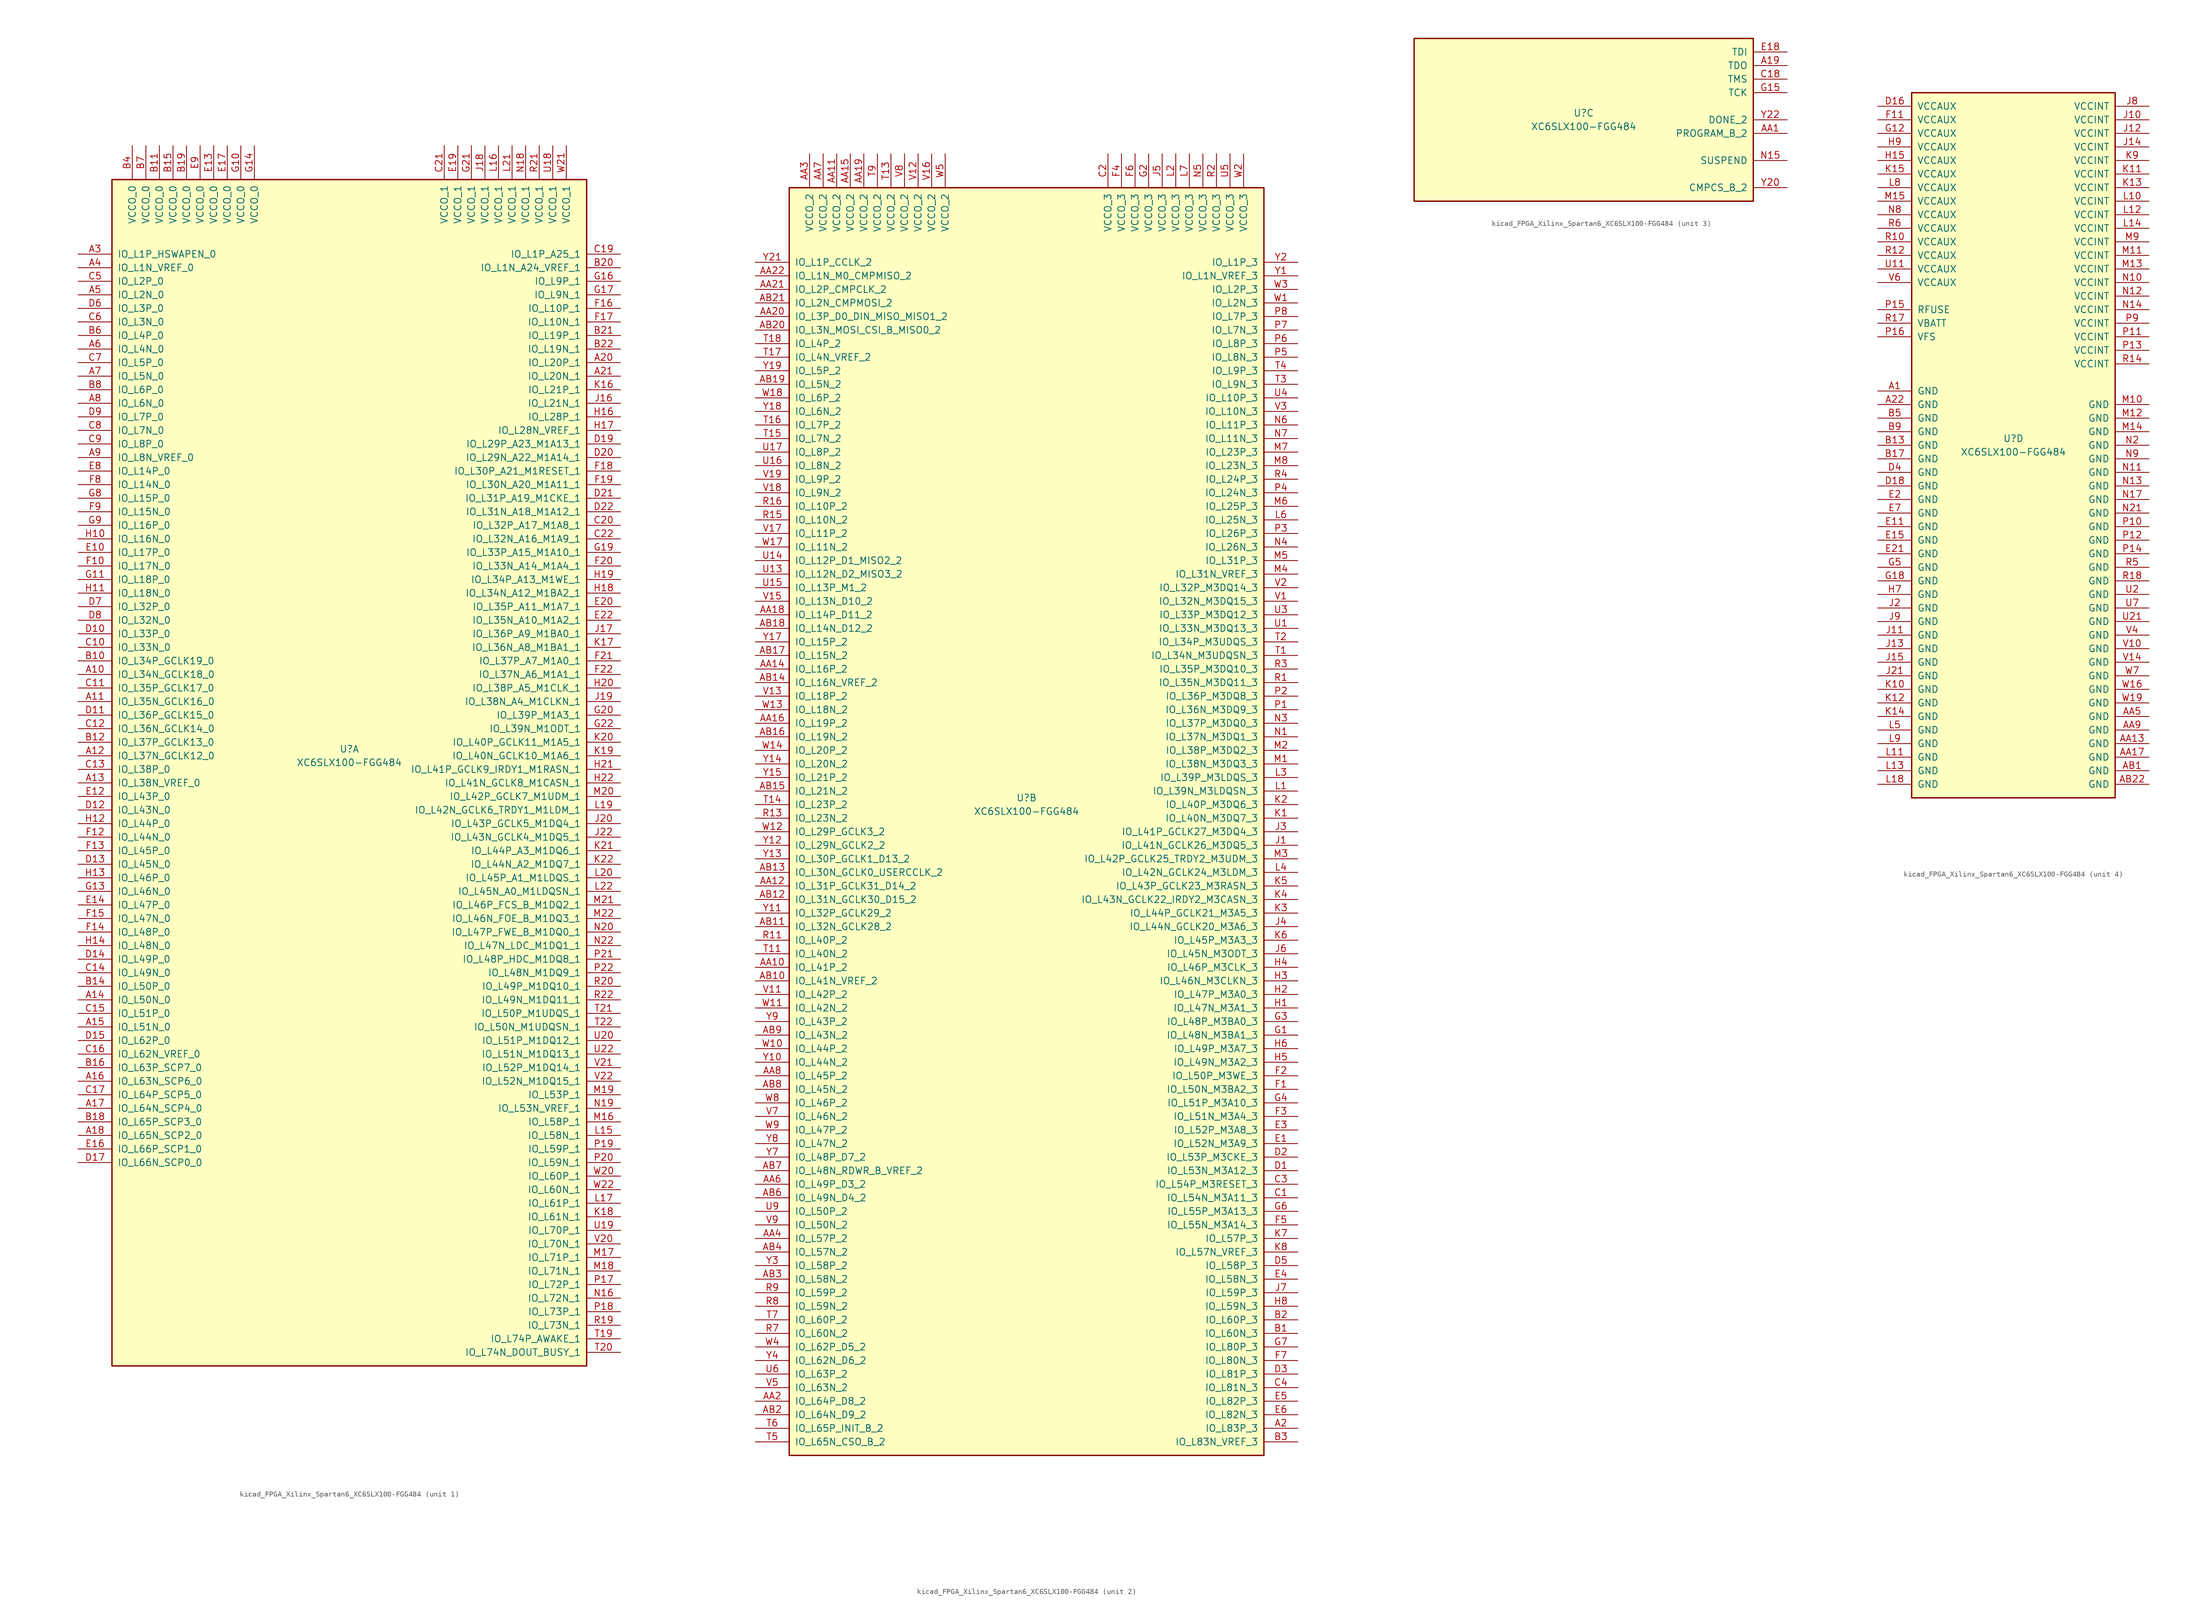
<source format=kicad_sym>
(kicad_symbol_lib
  (version 20220914)
  (generator kicad_symbol_editor)
  (symbol "kicad_FPGA_Xilinx_Spartan6_XC6SLX100-FGG484"
    (pin_names
      (offset 1.016))
    (property "Reference" "U"
      (at 0 1.27 0)
      (effects (font (size 1.27 1.27))))
    (property "Value" "XC6SLX100-FGG484"
      (at 0 -1.27 0)
      (effects (font (size 1.27 1.27))))
    (property "Datasheet" ""
      (at 0 0 0)
      (effects (font (size 1.27 1.27))))
    (property "ki_locked" ""
      (at 0 0 0)
      (effects (font (size 1.27 1.27))))
    (symbol "kicad_FPGA_Xilinx_Spartan6_XC6SLX100-FGG484_1_1"
      (rectangle (start -44.45 107.95) (end 44.45 -114.3) (stroke (width 0.254) (type default)) (fill (type background)))
      (pin bidirectional line (at -50.8 15.24 0) (length 6.35) (name "IO_L34N_GCLK18_0" (effects (font (size 1.27 1.27)))) (number "A10" (effects (font (size 1.27 1.27)))))
      (pin bidirectional line (at -50.8 10.16 0) (length 6.35) (name "IO_L35N_GCLK16_0" (effects (font (size 1.27 1.27)))) (number "A11" (effects (font (size 1.27 1.27)))))
      (pin bidirectional line (at -50.8 0 0) (length 6.35) (name "IO_L37N_GCLK12_0" (effects (font (size 1.27 1.27)))) (number "A12" (effects (font (size 1.27 1.27)))))
      (pin bidirectional line (at -50.8 -5.08 0) (length 6.35) (name "IO_L38N_VREF_0" (effects (font (size 1.27 1.27)))) (number "A13" (effects (font (size 1.27 1.27)))))
      (pin bidirectional line (at -50.8 -45.72 0) (length 6.35) (name "IO_L50N_0" (effects (font (size 1.27 1.27)))) (number "A14" (effects (font (size 1.27 1.27)))))
      (pin bidirectional line (at -50.8 -50.8 0) (length 6.35) (name "IO_L51N_0" (effects (font (size 1.27 1.27)))) (number "A15" (effects (font (size 1.27 1.27)))))
      (pin bidirectional line (at -50.8 -60.96 0) (length 6.35) (name "IO_L63N_SCP6_0" (effects (font (size 1.27 1.27)))) (number "A16" (effects (font (size 1.27 1.27)))))
      (pin bidirectional line (at -50.8 -66.04 0) (length 6.35) (name "IO_L64N_SCP4_0" (effects (font (size 1.27 1.27)))) (number "A17" (effects (font (size 1.27 1.27)))))
      (pin bidirectional line (at -50.8 -71.12 0) (length 6.35) (name "IO_L65N_SCP2_0" (effects (font (size 1.27 1.27)))) (number "A18" (effects (font (size 1.27 1.27)))))
      (pin bidirectional line (at 50.8 73.66 180) (length 6.35) (name "IO_L20P_1" (effects (font (size 1.27 1.27)))) (number "A20" (effects (font (size 1.27 1.27)))))
      (pin bidirectional line (at 50.8 71.12 180) (length 6.35) (name "IO_L20N_1" (effects (font (size 1.27 1.27)))) (number "A21" (effects (font (size 1.27 1.27)))))
      (pin bidirectional line (at -50.8 93.98 0) (length 6.35) (name "IO_L1P_HSWAPEN_0" (effects (font (size 1.27 1.27)))) (number "A3" (effects (font (size 1.27 1.27)))))
      (pin bidirectional line (at -50.8 91.44 0) (length 6.35) (name "IO_L1N_VREF_0" (effects (font (size 1.27 1.27)))) (number "A4" (effects (font (size 1.27 1.27)))))
      (pin bidirectional line (at -50.8 86.36 0) (length 6.35) (name "IO_L2N_0" (effects (font (size 1.27 1.27)))) (number "A5" (effects (font (size 1.27 1.27)))))
      (pin bidirectional line (at -50.8 76.2 0) (length 6.35) (name "IO_L4N_0" (effects (font (size 1.27 1.27)))) (number "A6" (effects (font (size 1.27 1.27)))))
      (pin bidirectional line (at -50.8 71.12 0) (length 6.35) (name "IO_L5N_0" (effects (font (size 1.27 1.27)))) (number "A7" (effects (font (size 1.27 1.27)))))
      (pin bidirectional line (at -50.8 66.04 0) (length 6.35) (name "IO_L6N_0" (effects (font (size 1.27 1.27)))) (number "A8" (effects (font (size 1.27 1.27)))))
      (pin bidirectional line (at -50.8 55.88 0) (length 6.35) (name "IO_L8N_VREF_0" (effects (font (size 1.27 1.27)))) (number "A9" (effects (font (size 1.27 1.27)))))
      (pin bidirectional line (at -50.8 17.78 0) (length 6.35) (name "IO_L34P_GCLK19_0" (effects (font (size 1.27 1.27)))) (number "B10" (effects (font (size 1.27 1.27)))))
      (pin power_in line (at -35.56 114.3 270) (length 6.35) (name "VCCO_0" (effects (font (size 1.27 1.27)))) (number "B11" (effects (font (size 1.27 1.27)))))
      (pin bidirectional line (at -50.8 2.54 0) (length 6.35) (name "IO_L37P_GCLK13_0" (effects (font (size 1.27 1.27)))) (number "B12" (effects (font (size 1.27 1.27)))))
      (pin bidirectional line (at -50.8 -43.18 0) (length 6.35) (name "IO_L50P_0" (effects (font (size 1.27 1.27)))) (number "B14" (effects (font (size 1.27 1.27)))))
      (pin power_in line (at -33.02 114.3 270) (length 6.35) (name "VCCO_0" (effects (font (size 1.27 1.27)))) (number "B15" (effects (font (size 1.27 1.27)))))
      (pin bidirectional line (at -50.8 -58.42 0) (length 6.35) (name "IO_L63P_SCP7_0" (effects (font (size 1.27 1.27)))) (number "B16" (effects (font (size 1.27 1.27)))))
      (pin bidirectional line (at -50.8 -68.58 0) (length 6.35) (name "IO_L65P_SCP3_0" (effects (font (size 1.27 1.27)))) (number "B18" (effects (font (size 1.27 1.27)))))
      (pin power_in line (at -30.48 114.3 270) (length 6.35) (name "VCCO_0" (effects (font (size 1.27 1.27)))) (number "B19" (effects (font (size 1.27 1.27)))))
      (pin bidirectional line (at 50.8 91.44 180) (length 6.35) (name "IO_L1N_A24_VREF_1" (effects (font (size 1.27 1.27)))) (number "B20" (effects (font (size 1.27 1.27)))))
      (pin bidirectional line (at 50.8 78.74 180) (length 6.35) (name "IO_L19P_1" (effects (font (size 1.27 1.27)))) (number "B21" (effects (font (size 1.27 1.27)))))
      (pin bidirectional line (at 50.8 76.2 180) (length 6.35) (name "IO_L19N_1" (effects (font (size 1.27 1.27)))) (number "B22" (effects (font (size 1.27 1.27)))))
      (pin power_in line (at -40.64 114.3 270) (length 6.35) (name "VCCO_0" (effects (font (size 1.27 1.27)))) (number "B4" (effects (font (size 1.27 1.27)))))
      (pin bidirectional line (at -50.8 78.74 0) (length 6.35) (name "IO_L4P_0" (effects (font (size 1.27 1.27)))) (number "B6" (effects (font (size 1.27 1.27)))))
      (pin power_in line (at -38.1 114.3 270) (length 6.35) (name "VCCO_0" (effects (font (size 1.27 1.27)))) (number "B7" (effects (font (size 1.27 1.27)))))
      (pin bidirectional line (at -50.8 68.58 0) (length 6.35) (name "IO_L6P_0" (effects (font (size 1.27 1.27)))) (number "B8" (effects (font (size 1.27 1.27)))))
      (pin bidirectional line (at -50.8 20.32 0) (length 6.35) (name "IO_L33N_0" (effects (font (size 1.27 1.27)))) (number "C10" (effects (font (size 1.27 1.27)))))
      (pin bidirectional line (at -50.8 12.7 0) (length 6.35) (name "IO_L35P_GCLK17_0" (effects (font (size 1.27 1.27)))) (number "C11" (effects (font (size 1.27 1.27)))))
      (pin bidirectional line (at -50.8 5.08 0) (length 6.35) (name "IO_L36N_GCLK14_0" (effects (font (size 1.27 1.27)))) (number "C12" (effects (font (size 1.27 1.27)))))
      (pin bidirectional line (at -50.8 -2.54 0) (length 6.35) (name "IO_L38P_0" (effects (font (size 1.27 1.27)))) (number "C13" (effects (font (size 1.27 1.27)))))
      (pin bidirectional line (at -50.8 -40.64 0) (length 6.35) (name "IO_L49N_0" (effects (font (size 1.27 1.27)))) (number "C14" (effects (font (size 1.27 1.27)))))
      (pin bidirectional line (at -50.8 -48.26 0) (length 6.35) (name "IO_L51P_0" (effects (font (size 1.27 1.27)))) (number "C15" (effects (font (size 1.27 1.27)))))
      (pin bidirectional line (at -50.8 -55.88 0) (length 6.35) (name "IO_L62N_VREF_0" (effects (font (size 1.27 1.27)))) (number "C16" (effects (font (size 1.27 1.27)))))
      (pin bidirectional line (at -50.8 -63.5 0) (length 6.35) (name "IO_L64P_SCP5_0" (effects (font (size 1.27 1.27)))) (number "C17" (effects (font (size 1.27 1.27)))))
      (pin bidirectional line (at 50.8 93.98 180) (length 6.35) (name "IO_L1P_A25_1" (effects (font (size 1.27 1.27)))) (number "C19" (effects (font (size 1.27 1.27)))))
      (pin bidirectional line (at 50.8 43.18 180) (length 6.35) (name "IO_L32P_A17_M1A8_1" (effects (font (size 1.27 1.27)))) (number "C20" (effects (font (size 1.27 1.27)))))
      (pin power_in line (at 17.78 114.3 270) (length 6.35) (name "VCCO_1" (effects (font (size 1.27 1.27)))) (number "C21" (effects (font (size 1.27 1.27)))))
      (pin bidirectional line (at 50.8 40.64 180) (length 6.35) (name "IO_L32N_A16_M1A9_1" (effects (font (size 1.27 1.27)))) (number "C22" (effects (font (size 1.27 1.27)))))
      (pin bidirectional line (at -50.8 88.9 0) (length 6.35) (name "IO_L2P_0" (effects (font (size 1.27 1.27)))) (number "C5" (effects (font (size 1.27 1.27)))))
      (pin bidirectional line (at -50.8 81.28 0) (length 6.35) (name "IO_L3N_0" (effects (font (size 1.27 1.27)))) (number "C6" (effects (font (size 1.27 1.27)))))
      (pin bidirectional line (at -50.8 73.66 0) (length 6.35) (name "IO_L5P_0" (effects (font (size 1.27 1.27)))) (number "C7" (effects (font (size 1.27 1.27)))))
      (pin bidirectional line (at -50.8 60.96 0) (length 6.35) (name "IO_L7N_0" (effects (font (size 1.27 1.27)))) (number "C8" (effects (font (size 1.27 1.27)))))
      (pin bidirectional line (at -50.8 58.42 0) (length 6.35) (name "IO_L8P_0" (effects (font (size 1.27 1.27)))) (number "C9" (effects (font (size 1.27 1.27)))))
      (pin bidirectional line (at -50.8 22.86 0) (length 6.35) (name "IO_L33P_0" (effects (font (size 1.27 1.27)))) (number "D10" (effects (font (size 1.27 1.27)))))
      (pin bidirectional line (at -50.8 7.62 0) (length 6.35) (name "IO_L36P_GCLK15_0" (effects (font (size 1.27 1.27)))) (number "D11" (effects (font (size 1.27 1.27)))))
      (pin bidirectional line (at -50.8 -10.16 0) (length 6.35) (name "IO_L43N_0" (effects (font (size 1.27 1.27)))) (number "D12" (effects (font (size 1.27 1.27)))))
      (pin bidirectional line (at -50.8 -20.32 0) (length 6.35) (name "IO_L45N_0" (effects (font (size 1.27 1.27)))) (number "D13" (effects (font (size 1.27 1.27)))))
      (pin bidirectional line (at -50.8 -38.1 0) (length 6.35) (name "IO_L49P_0" (effects (font (size 1.27 1.27)))) (number "D14" (effects (font (size 1.27 1.27)))))
      (pin bidirectional line (at -50.8 -53.34 0) (length 6.35) (name "IO_L62P_0" (effects (font (size 1.27 1.27)))) (number "D15" (effects (font (size 1.27 1.27)))))
      (pin bidirectional line (at -50.8 -76.2 0) (length 6.35) (name "IO_L66N_SCP0_0" (effects (font (size 1.27 1.27)))) (number "D17" (effects (font (size 1.27 1.27)))))
      (pin bidirectional line (at 50.8 58.42 180) (length 6.35) (name "IO_L29P_A23_M1A13_1" (effects (font (size 1.27 1.27)))) (number "D19" (effects (font (size 1.27 1.27)))))
      (pin bidirectional line (at 50.8 55.88 180) (length 6.35) (name "IO_L29N_A22_M1A14_1" (effects (font (size 1.27 1.27)))) (number "D20" (effects (font (size 1.27 1.27)))))
      (pin bidirectional line (at 50.8 48.26 180) (length 6.35) (name "IO_L31P_A19_M1CKE_1" (effects (font (size 1.27 1.27)))) (number "D21" (effects (font (size 1.27 1.27)))))
      (pin bidirectional line (at 50.8 45.72 180) (length 6.35) (name "IO_L31N_A18_M1A12_1" (effects (font (size 1.27 1.27)))) (number "D22" (effects (font (size 1.27 1.27)))))
      (pin bidirectional line (at -50.8 83.82 0) (length 6.35) (name "IO_L3P_0" (effects (font (size 1.27 1.27)))) (number "D6" (effects (font (size 1.27 1.27)))))
      (pin bidirectional line (at -50.8 27.94 0) (length 6.35) (name "IO_L32P_0" (effects (font (size 1.27 1.27)))) (number "D7" (effects (font (size 1.27 1.27)))))
      (pin bidirectional line (at -50.8 25.4 0) (length 6.35) (name "IO_L32N_0" (effects (font (size 1.27 1.27)))) (number "D8" (effects (font (size 1.27 1.27)))))
      (pin bidirectional line (at -50.8 63.5 0) (length 6.35) (name "IO_L7P_0" (effects (font (size 1.27 1.27)))) (number "D9" (effects (font (size 1.27 1.27)))))
      (pin bidirectional line (at -50.8 38.1 0) (length 6.35) (name "IO_L17P_0" (effects (font (size 1.27 1.27)))) (number "E10" (effects (font (size 1.27 1.27)))))
      (pin bidirectional line (at -50.8 -7.62 0) (length 6.35) (name "IO_L43P_0" (effects (font (size 1.27 1.27)))) (number "E12" (effects (font (size 1.27 1.27)))))
      (pin power_in line (at -25.4 114.3 270) (length 6.35) (name "VCCO_0" (effects (font (size 1.27 1.27)))) (number "E13" (effects (font (size 1.27 1.27)))))
      (pin bidirectional line (at -50.8 -27.94 0) (length 6.35) (name "IO_L47P_0" (effects (font (size 1.27 1.27)))) (number "E14" (effects (font (size 1.27 1.27)))))
      (pin bidirectional line (at -50.8 -73.66 0) (length 6.35) (name "IO_L66P_SCP1_0" (effects (font (size 1.27 1.27)))) (number "E16" (effects (font (size 1.27 1.27)))))
      (pin power_in line (at -22.86 114.3 270) (length 6.35) (name "VCCO_0" (effects (font (size 1.27 1.27)))) (number "E17" (effects (font (size 1.27 1.27)))))
      (pin power_in line (at 20.32 114.3 270) (length 6.35) (name "VCCO_1" (effects (font (size 1.27 1.27)))) (number "E19" (effects (font (size 1.27 1.27)))))
      (pin bidirectional line (at 50.8 27.94 180) (length 6.35) (name "IO_L35P_A11_M1A7_1" (effects (font (size 1.27 1.27)))) (number "E20" (effects (font (size 1.27 1.27)))))
      (pin bidirectional line (at 50.8 25.4 180) (length 6.35) (name "IO_L35N_A10_M1A2_1" (effects (font (size 1.27 1.27)))) (number "E22" (effects (font (size 1.27 1.27)))))
      (pin bidirectional line (at -50.8 53.34 0) (length 6.35) (name "IO_L14P_0" (effects (font (size 1.27 1.27)))) (number "E8" (effects (font (size 1.27 1.27)))))
      (pin power_in line (at -27.94 114.3 270) (length 6.35) (name "VCCO_0" (effects (font (size 1.27 1.27)))) (number "E9" (effects (font (size 1.27 1.27)))))
      (pin bidirectional line (at -50.8 35.56 0) (length 6.35) (name "IO_L17N_0" (effects (font (size 1.27 1.27)))) (number "F10" (effects (font (size 1.27 1.27)))))
      (pin bidirectional line (at -50.8 -15.24 0) (length 6.35) (name "IO_L44N_0" (effects (font (size 1.27 1.27)))) (number "F12" (effects (font (size 1.27 1.27)))))
      (pin bidirectional line (at -50.8 -17.78 0) (length 6.35) (name "IO_L45P_0" (effects (font (size 1.27 1.27)))) (number "F13" (effects (font (size 1.27 1.27)))))
      (pin bidirectional line (at -50.8 -33.02 0) (length 6.35) (name "IO_L48P_0" (effects (font (size 1.27 1.27)))) (number "F14" (effects (font (size 1.27 1.27)))))
      (pin bidirectional line (at -50.8 -30.48 0) (length 6.35) (name "IO_L47N_0" (effects (font (size 1.27 1.27)))) (number "F15" (effects (font (size 1.27 1.27)))))
      (pin bidirectional line (at 50.8 83.82 180) (length 6.35) (name "IO_L10P_1" (effects (font (size 1.27 1.27)))) (number "F16" (effects (font (size 1.27 1.27)))))
      (pin bidirectional line (at 50.8 81.28 180) (length 6.35) (name "IO_L10N_1" (effects (font (size 1.27 1.27)))) (number "F17" (effects (font (size 1.27 1.27)))))
      (pin bidirectional line (at 50.8 53.34 180) (length 6.35) (name "IO_L30P_A21_M1RESET_1" (effects (font (size 1.27 1.27)))) (number "F18" (effects (font (size 1.27 1.27)))))
      (pin bidirectional line (at 50.8 50.8 180) (length 6.35) (name "IO_L30N_A20_M1A11_1" (effects (font (size 1.27 1.27)))) (number "F19" (effects (font (size 1.27 1.27)))))
      (pin bidirectional line (at 50.8 35.56 180) (length 6.35) (name "IO_L33N_A14_M1A4_1" (effects (font (size 1.27 1.27)))) (number "F20" (effects (font (size 1.27 1.27)))))
      (pin bidirectional line (at 50.8 17.78 180) (length 6.35) (name "IO_L37P_A7_M1A0_1" (effects (font (size 1.27 1.27)))) (number "F21" (effects (font (size 1.27 1.27)))))
      (pin bidirectional line (at 50.8 15.24 180) (length 6.35) (name "IO_L37N_A6_M1A1_1" (effects (font (size 1.27 1.27)))) (number "F22" (effects (font (size 1.27 1.27)))))
      (pin bidirectional line (at -50.8 50.8 0) (length 6.35) (name "IO_L14N_0" (effects (font (size 1.27 1.27)))) (number "F8" (effects (font (size 1.27 1.27)))))
      (pin bidirectional line (at -50.8 45.72 0) (length 6.35) (name "IO_L15N_0" (effects (font (size 1.27 1.27)))) (number "F9" (effects (font (size 1.27 1.27)))))
      (pin power_in line (at -20.32 114.3 270) (length 6.35) (name "VCCO_0" (effects (font (size 1.27 1.27)))) (number "G10" (effects (font (size 1.27 1.27)))))
      (pin bidirectional line (at -50.8 33.02 0) (length 6.35) (name "IO_L18P_0" (effects (font (size 1.27 1.27)))) (number "G11" (effects (font (size 1.27 1.27)))))
      (pin bidirectional line (at -50.8 -25.4 0) (length 6.35) (name "IO_L46N_0" (effects (font (size 1.27 1.27)))) (number "G13" (effects (font (size 1.27 1.27)))))
      (pin power_in line (at -17.78 114.3 270) (length 6.35) (name "VCCO_0" (effects (font (size 1.27 1.27)))) (number "G14" (effects (font (size 1.27 1.27)))))
      (pin bidirectional line (at 50.8 88.9 180) (length 6.35) (name "IO_L9P_1" (effects (font (size 1.27 1.27)))) (number "G16" (effects (font (size 1.27 1.27)))))
      (pin bidirectional line (at 50.8 86.36 180) (length 6.35) (name "IO_L9N_1" (effects (font (size 1.27 1.27)))) (number "G17" (effects (font (size 1.27 1.27)))))
      (pin bidirectional line (at 50.8 38.1 180) (length 6.35) (name "IO_L33P_A15_M1A10_1" (effects (font (size 1.27 1.27)))) (number "G19" (effects (font (size 1.27 1.27)))))
      (pin bidirectional line (at 50.8 7.62 180) (length 6.35) (name "IO_L39P_M1A3_1" (effects (font (size 1.27 1.27)))) (number "G20" (effects (font (size 1.27 1.27)))))
      (pin power_in line (at 22.86 114.3 270) (length 6.35) (name "VCCO_1" (effects (font (size 1.27 1.27)))) (number "G21" (effects (font (size 1.27 1.27)))))
      (pin bidirectional line (at 50.8 5.08 180) (length 6.35) (name "IO_L39N_M1ODT_1" (effects (font (size 1.27 1.27)))) (number "G22" (effects (font (size 1.27 1.27)))))
      (pin bidirectional line (at -50.8 48.26 0) (length 6.35) (name "IO_L15P_0" (effects (font (size 1.27 1.27)))) (number "G8" (effects (font (size 1.27 1.27)))))
      (pin bidirectional line (at -50.8 43.18 0) (length 6.35) (name "IO_L16P_0" (effects (font (size 1.27 1.27)))) (number "G9" (effects (font (size 1.27 1.27)))))
      (pin bidirectional line (at -50.8 40.64 0) (length 6.35) (name "IO_L16N_0" (effects (font (size 1.27 1.27)))) (number "H10" (effects (font (size 1.27 1.27)))))
      (pin bidirectional line (at -50.8 30.48 0) (length 6.35) (name "IO_L18N_0" (effects (font (size 1.27 1.27)))) (number "H11" (effects (font (size 1.27 1.27)))))
      (pin bidirectional line (at -50.8 -12.7 0) (length 6.35) (name "IO_L44P_0" (effects (font (size 1.27 1.27)))) (number "H12" (effects (font (size 1.27 1.27)))))
      (pin bidirectional line (at -50.8 -22.86 0) (length 6.35) (name "IO_L46P_0" (effects (font (size 1.27 1.27)))) (number "H13" (effects (font (size 1.27 1.27)))))
      (pin bidirectional line (at -50.8 -35.56 0) (length 6.35) (name "IO_L48N_0" (effects (font (size 1.27 1.27)))) (number "H14" (effects (font (size 1.27 1.27)))))
      (pin bidirectional line (at 50.8 63.5 180) (length 6.35) (name "IO_L28P_1" (effects (font (size 1.27 1.27)))) (number "H16" (effects (font (size 1.27 1.27)))))
      (pin bidirectional line (at 50.8 60.96 180) (length 6.35) (name "IO_L28N_VREF_1" (effects (font (size 1.27 1.27)))) (number "H17" (effects (font (size 1.27 1.27)))))
      (pin bidirectional line (at 50.8 30.48 180) (length 6.35) (name "IO_L34N_A12_M1BA2_1" (effects (font (size 1.27 1.27)))) (number "H18" (effects (font (size 1.27 1.27)))))
      (pin bidirectional line (at 50.8 33.02 180) (length 6.35) (name "IO_L34P_A13_M1WE_1" (effects (font (size 1.27 1.27)))) (number "H19" (effects (font (size 1.27 1.27)))))
      (pin bidirectional line (at 50.8 12.7 180) (length 6.35) (name "IO_L38P_A5_M1CLK_1" (effects (font (size 1.27 1.27)))) (number "H20" (effects (font (size 1.27 1.27)))))
      (pin bidirectional line (at 50.8 -2.54 180) (length 6.35) (name "IO_L41P_GCLK9_IRDY1_M1RASN_1" (effects (font (size 1.27 1.27)))) (number "H21" (effects (font (size 1.27 1.27)))))
      (pin bidirectional line (at 50.8 -5.08 180) (length 6.35) (name "IO_L41N_GCLK8_M1CASN_1" (effects (font (size 1.27 1.27)))) (number "H22" (effects (font (size 1.27 1.27)))))
      (pin bidirectional line (at 50.8 66.04 180) (length 6.35) (name "IO_L21N_1" (effects (font (size 1.27 1.27)))) (number "J16" (effects (font (size 1.27 1.27)))))
      (pin bidirectional line (at 50.8 22.86 180) (length 6.35) (name "IO_L36P_A9_M1BA0_1" (effects (font (size 1.27 1.27)))) (number "J17" (effects (font (size 1.27 1.27)))))
      (pin power_in line (at 25.4 114.3 270) (length 6.35) (name "VCCO_1" (effects (font (size 1.27 1.27)))) (number "J18" (effects (font (size 1.27 1.27)))))
      (pin bidirectional line (at 50.8 10.16 180) (length 6.35) (name "IO_L38N_A4_M1CLKN_1" (effects (font (size 1.27 1.27)))) (number "J19" (effects (font (size 1.27 1.27)))))
      (pin bidirectional line (at 50.8 -12.7 180) (length 6.35) (name "IO_L43P_GCLK5_M1DQ4_1" (effects (font (size 1.27 1.27)))) (number "J20" (effects (font (size 1.27 1.27)))))
      (pin bidirectional line (at 50.8 -15.24 180) (length 6.35) (name "IO_L43N_GCLK4_M1DQ5_1" (effects (font (size 1.27 1.27)))) (number "J22" (effects (font (size 1.27 1.27)))))
      (pin bidirectional line (at 50.8 68.58 180) (length 6.35) (name "IO_L21P_1" (effects (font (size 1.27 1.27)))) (number "K16" (effects (font (size 1.27 1.27)))))
      (pin bidirectional line (at 50.8 20.32 180) (length 6.35) (name "IO_L36N_A8_M1BA1_1" (effects (font (size 1.27 1.27)))) (number "K17" (effects (font (size 1.27 1.27)))))
      (pin bidirectional line (at 50.8 -86.36 180) (length 6.35) (name "IO_L61N_1" (effects (font (size 1.27 1.27)))) (number "K18" (effects (font (size 1.27 1.27)))))
      (pin bidirectional line (at 50.8 0 180) (length 6.35) (name "IO_L40N_GCLK10_M1A6_1" (effects (font (size 1.27 1.27)))) (number "K19" (effects (font (size 1.27 1.27)))))
      (pin bidirectional line (at 50.8 2.54 180) (length 6.35) (name "IO_L40P_GCLK11_M1A5_1" (effects (font (size 1.27 1.27)))) (number "K20" (effects (font (size 1.27 1.27)))))
      (pin bidirectional line (at 50.8 -17.78 180) (length 6.35) (name "IO_L44P_A3_M1DQ6_1" (effects (font (size 1.27 1.27)))) (number "K21" (effects (font (size 1.27 1.27)))))
      (pin bidirectional line (at 50.8 -20.32 180) (length 6.35) (name "IO_L44N_A2_M1DQ7_1" (effects (font (size 1.27 1.27)))) (number "K22" (effects (font (size 1.27 1.27)))))
      (pin bidirectional line (at 50.8 -71.12 180) (length 6.35) (name "IO_L58N_1" (effects (font (size 1.27 1.27)))) (number "L15" (effects (font (size 1.27 1.27)))))
      (pin power_in line (at 27.94 114.3 270) (length 6.35) (name "VCCO_1" (effects (font (size 1.27 1.27)))) (number "L16" (effects (font (size 1.27 1.27)))))
      (pin bidirectional line (at 50.8 -83.82 180) (length 6.35) (name "IO_L61P_1" (effects (font (size 1.27 1.27)))) (number "L17" (effects (font (size 1.27 1.27)))))
      (pin bidirectional line (at 50.8 -10.16 180) (length 6.35) (name "IO_L42N_GCLK6_TRDY1_M1LDM_1" (effects (font (size 1.27 1.27)))) (number "L19" (effects (font (size 1.27 1.27)))))
      (pin bidirectional line (at 50.8 -22.86 180) (length 6.35) (name "IO_L45P_A1_M1LDQS_1" (effects (font (size 1.27 1.27)))) (number "L20" (effects (font (size 1.27 1.27)))))
      (pin power_in line (at 30.48 114.3 270) (length 6.35) (name "VCCO_1" (effects (font (size 1.27 1.27)))) (number "L21" (effects (font (size 1.27 1.27)))))
      (pin bidirectional line (at 50.8 -25.4 180) (length 6.35) (name "IO_L45N_A0_M1LDQSN_1" (effects (font (size 1.27 1.27)))) (number "L22" (effects (font (size 1.27 1.27)))))
      (pin bidirectional line (at 50.8 -68.58 180) (length 6.35) (name "IO_L58P_1" (effects (font (size 1.27 1.27)))) (number "M16" (effects (font (size 1.27 1.27)))))
      (pin bidirectional line (at 50.8 -93.98 180) (length 6.35) (name "IO_L71P_1" (effects (font (size 1.27 1.27)))) (number "M17" (effects (font (size 1.27 1.27)))))
      (pin bidirectional line (at 50.8 -96.52 180) (length 6.35) (name "IO_L71N_1" (effects (font (size 1.27 1.27)))) (number "M18" (effects (font (size 1.27 1.27)))))
      (pin bidirectional line (at 50.8 -63.5 180) (length 6.35) (name "IO_L53P_1" (effects (font (size 1.27 1.27)))) (number "M19" (effects (font (size 1.27 1.27)))))
      (pin bidirectional line (at 50.8 -7.62 180) (length 6.35) (name "IO_L42P_GCLK7_M1UDM_1" (effects (font (size 1.27 1.27)))) (number "M20" (effects (font (size 1.27 1.27)))))
      (pin bidirectional line (at 50.8 -27.94 180) (length 6.35) (name "IO_L46P_FCS_B_M1DQ2_1" (effects (font (size 1.27 1.27)))) (number "M21" (effects (font (size 1.27 1.27)))))
      (pin bidirectional line (at 50.8 -30.48 180) (length 6.35) (name "IO_L46N_FOE_B_M1DQ3_1" (effects (font (size 1.27 1.27)))) (number "M22" (effects (font (size 1.27 1.27)))))
      (pin bidirectional line (at 50.8 -101.6 180) (length 6.35) (name "IO_L72N_1" (effects (font (size 1.27 1.27)))) (number "N16" (effects (font (size 1.27 1.27)))))
      (pin power_in line (at 33.02 114.3 270) (length 6.35) (name "VCCO_1" (effects (font (size 1.27 1.27)))) (number "N18" (effects (font (size 1.27 1.27)))))
      (pin bidirectional line (at 50.8 -66.04 180) (length 6.35) (name "IO_L53N_VREF_1" (effects (font (size 1.27 1.27)))) (number "N19" (effects (font (size 1.27 1.27)))))
      (pin bidirectional line (at 50.8 -33.02 180) (length 6.35) (name "IO_L47P_FWE_B_M1DQ0_1" (effects (font (size 1.27 1.27)))) (number "N20" (effects (font (size 1.27 1.27)))))
      (pin bidirectional line (at 50.8 -35.56 180) (length 6.35) (name "IO_L47N_LDC_M1DQ1_1" (effects (font (size 1.27 1.27)))) (number "N22" (effects (font (size 1.27 1.27)))))
      (pin bidirectional line (at 50.8 -99.06 180) (length 6.35) (name "IO_L72P_1" (effects (font (size 1.27 1.27)))) (number "P17" (effects (font (size 1.27 1.27)))))
      (pin bidirectional line (at 50.8 -104.14 180) (length 6.35) (name "IO_L73P_1" (effects (font (size 1.27 1.27)))) (number "P18" (effects (font (size 1.27 1.27)))))
      (pin bidirectional line (at 50.8 -73.66 180) (length 6.35) (name "IO_L59P_1" (effects (font (size 1.27 1.27)))) (number "P19" (effects (font (size 1.27 1.27)))))
      (pin bidirectional line (at 50.8 -76.2 180) (length 6.35) (name "IO_L59N_1" (effects (font (size 1.27 1.27)))) (number "P20" (effects (font (size 1.27 1.27)))))
      (pin bidirectional line (at 50.8 -38.1 180) (length 6.35) (name "IO_L48P_HDC_M1DQ8_1" (effects (font (size 1.27 1.27)))) (number "P21" (effects (font (size 1.27 1.27)))))
      (pin bidirectional line (at 50.8 -40.64 180) (length 6.35) (name "IO_L48N_M1DQ9_1" (effects (font (size 1.27 1.27)))) (number "P22" (effects (font (size 1.27 1.27)))))
      (pin bidirectional line (at 50.8 -106.68 180) (length 6.35) (name "IO_L73N_1" (effects (font (size 1.27 1.27)))) (number "R19" (effects (font (size 1.27 1.27)))))
      (pin bidirectional line (at 50.8 -43.18 180) (length 6.35) (name "IO_L49P_M1DQ10_1" (effects (font (size 1.27 1.27)))) (number "R20" (effects (font (size 1.27 1.27)))))
      (pin power_in line (at 35.56 114.3 270) (length 6.35) (name "VCCO_1" (effects (font (size 1.27 1.27)))) (number "R21" (effects (font (size 1.27 1.27)))))
      (pin bidirectional line (at 50.8 -45.72 180) (length 6.35) (name "IO_L49N_M1DQ11_1" (effects (font (size 1.27 1.27)))) (number "R22" (effects (font (size 1.27 1.27)))))
      (pin bidirectional line (at 50.8 -109.22 180) (length 6.35) (name "IO_L74P_AWAKE_1" (effects (font (size 1.27 1.27)))) (number "T19" (effects (font (size 1.27 1.27)))))
      (pin bidirectional line (at 50.8 -111.76 180) (length 6.35) (name "IO_L74N_DOUT_BUSY_1" (effects (font (size 1.27 1.27)))) (number "T20" (effects (font (size 1.27 1.27)))))
      (pin bidirectional line (at 50.8 -48.26 180) (length 6.35) (name "IO_L50P_M1UDQS_1" (effects (font (size 1.27 1.27)))) (number "T21" (effects (font (size 1.27 1.27)))))
      (pin bidirectional line (at 50.8 -50.8 180) (length 6.35) (name "IO_L50N_M1UDQSN_1" (effects (font (size 1.27 1.27)))) (number "T22" (effects (font (size 1.27 1.27)))))
      (pin power_in line (at 38.1 114.3 270) (length 6.35) (name "VCCO_1" (effects (font (size 1.27 1.27)))) (number "U18" (effects (font (size 1.27 1.27)))))
      (pin bidirectional line (at 50.8 -88.9 180) (length 6.35) (name "IO_L70P_1" (effects (font (size 1.27 1.27)))) (number "U19" (effects (font (size 1.27 1.27)))))
      (pin bidirectional line (at 50.8 -53.34 180) (length 6.35) (name "IO_L51P_M1DQ12_1" (effects (font (size 1.27 1.27)))) (number "U20" (effects (font (size 1.27 1.27)))))
      (pin bidirectional line (at 50.8 -55.88 180) (length 6.35) (name "IO_L51N_M1DQ13_1" (effects (font (size 1.27 1.27)))) (number "U22" (effects (font (size 1.27 1.27)))))
      (pin bidirectional line (at 50.8 -91.44 180) (length 6.35) (name "IO_L70N_1" (effects (font (size 1.27 1.27)))) (number "V20" (effects (font (size 1.27 1.27)))))
      (pin bidirectional line (at 50.8 -58.42 180) (length 6.35) (name "IO_L52P_M1DQ14_1" (effects (font (size 1.27 1.27)))) (number "V21" (effects (font (size 1.27 1.27)))))
      (pin bidirectional line (at 50.8 -60.96 180) (length 6.35) (name "IO_L52N_M1DQ15_1" (effects (font (size 1.27 1.27)))) (number "V22" (effects (font (size 1.27 1.27)))))
      (pin bidirectional line (at 50.8 -78.74 180) (length 6.35) (name "IO_L60P_1" (effects (font (size 1.27 1.27)))) (number "W20" (effects (font (size 1.27 1.27)))))
      (pin power_in line (at 40.64 114.3 270) (length 6.35) (name "VCCO_1" (effects (font (size 1.27 1.27)))) (number "W21" (effects (font (size 1.27 1.27)))))
      (pin bidirectional line (at 50.8 -81.28 180) (length 6.35) (name "IO_L60N_1" (effects (font (size 1.27 1.27)))) (number "W22" (effects (font (size 1.27 1.27))))))
    (symbol "kicad_FPGA_Xilinx_Spartan6_XC6SLX100-FGG484_2_1"
      (rectangle (start -44.45 115.57) (end 44.45 -121.92) (stroke (width 0.254) (type default)) (fill (type background)))
      (pin bidirectional line (at 50.8 -116.84 180) (length 6.35) (name "IO_L83P_3" (effects (font (size 1.27 1.27)))) (number "A2" (effects (font (size 1.27 1.27)))))
      (pin bidirectional line (at -50.8 -30.48 0) (length 6.35) (name "IO_L41P_2" (effects (font (size 1.27 1.27)))) (number "AA10" (effects (font (size 1.27 1.27)))))
      (pin power_in line (at -35.56 121.92 270) (length 6.35) (name "VCCO_2" (effects (font (size 1.27 1.27)))) (number "AA11" (effects (font (size 1.27 1.27)))))
      (pin bidirectional line (at -50.8 -15.24 0) (length 6.35) (name "IO_L31P_GCLK31_D14_2" (effects (font (size 1.27 1.27)))) (number "AA12" (effects (font (size 1.27 1.27)))))
      (pin bidirectional line (at -50.8 25.4 0) (length 6.35) (name "IO_L16P_2" (effects (font (size 1.27 1.27)))) (number "AA14" (effects (font (size 1.27 1.27)))))
      (pin power_in line (at -33.02 121.92 270) (length 6.35) (name "VCCO_2" (effects (font (size 1.27 1.27)))) (number "AA15" (effects (font (size 1.27 1.27)))))
      (pin bidirectional line (at -50.8 15.24 0) (length 6.35) (name "IO_L19P_2" (effects (font (size 1.27 1.27)))) (number "AA16" (effects (font (size 1.27 1.27)))))
      (pin bidirectional line (at -50.8 35.56 0) (length 6.35) (name "IO_L14P_D11_2" (effects (font (size 1.27 1.27)))) (number "AA18" (effects (font (size 1.27 1.27)))))
      (pin power_in line (at -30.48 121.92 270) (length 6.35) (name "VCCO_2" (effects (font (size 1.27 1.27)))) (number "AA19" (effects (font (size 1.27 1.27)))))
      (pin bidirectional line (at -50.8 -111.76 0) (length 6.35) (name "IO_L64P_D8_2" (effects (font (size 1.27 1.27)))) (number "AA2" (effects (font (size 1.27 1.27)))))
      (pin bidirectional line (at -50.8 91.44 0) (length 6.35) (name "IO_L3P_D0_DIN_MISO_MISO1_2" (effects (font (size 1.27 1.27)))) (number "AA20" (effects (font (size 1.27 1.27)))))
      (pin bidirectional line (at -50.8 96.52 0) (length 6.35) (name "IO_L2P_CMPCLK_2" (effects (font (size 1.27 1.27)))) (number "AA21" (effects (font (size 1.27 1.27)))))
      (pin bidirectional line (at -50.8 99.06 0) (length 6.35) (name "IO_L1N_M0_CMPMISO_2" (effects (font (size 1.27 1.27)))) (number "AA22" (effects (font (size 1.27 1.27)))))
      (pin power_in line (at -40.64 121.92 270) (length 6.35) (name "VCCO_2" (effects (font (size 1.27 1.27)))) (number "AA3" (effects (font (size 1.27 1.27)))))
      (pin bidirectional line (at -50.8 -81.28 0) (length 6.35) (name "IO_L57P_2" (effects (font (size 1.27 1.27)))) (number "AA4" (effects (font (size 1.27 1.27)))))
      (pin bidirectional line (at -50.8 -71.12 0) (length 6.35) (name "IO_L49P_D3_2" (effects (font (size 1.27 1.27)))) (number "AA6" (effects (font (size 1.27 1.27)))))
      (pin power_in line (at -38.1 121.92 270) (length 6.35) (name "VCCO_2" (effects (font (size 1.27 1.27)))) (number "AA7" (effects (font (size 1.27 1.27)))))
      (pin bidirectional line (at -50.8 -50.8 0) (length 6.35) (name "IO_L45P_2" (effects (font (size 1.27 1.27)))) (number "AA8" (effects (font (size 1.27 1.27)))))
      (pin bidirectional line (at -50.8 -33.02 0) (length 6.35) (name "IO_L41N_VREF_2" (effects (font (size 1.27 1.27)))) (number "AB10" (effects (font (size 1.27 1.27)))))
      (pin bidirectional line (at -50.8 -22.86 0) (length 6.35) (name "IO_L32N_GCLK28_2" (effects (font (size 1.27 1.27)))) (number "AB11" (effects (font (size 1.27 1.27)))))
      (pin bidirectional line (at -50.8 -17.78 0) (length 6.35) (name "IO_L31N_GCLK30_D15_2" (effects (font (size 1.27 1.27)))) (number "AB12" (effects (font (size 1.27 1.27)))))
      (pin bidirectional line (at -50.8 -12.7 0) (length 6.35) (name "IO_L30N_GCLK0_USERCCLK_2" (effects (font (size 1.27 1.27)))) (number "AB13" (effects (font (size 1.27 1.27)))))
      (pin bidirectional line (at -50.8 22.86 0) (length 6.35) (name "IO_L16N_VREF_2" (effects (font (size 1.27 1.27)))) (number "AB14" (effects (font (size 1.27 1.27)))))
      (pin bidirectional line (at -50.8 2.54 0) (length 6.35) (name "IO_L21N_2" (effects (font (size 1.27 1.27)))) (number "AB15" (effects (font (size 1.27 1.27)))))
      (pin bidirectional line (at -50.8 12.7 0) (length 6.35) (name "IO_L19N_2" (effects (font (size 1.27 1.27)))) (number "AB16" (effects (font (size 1.27 1.27)))))
      (pin bidirectional line (at -50.8 27.94 0) (length 6.35) (name "IO_L15N_2" (effects (font (size 1.27 1.27)))) (number "AB17" (effects (font (size 1.27 1.27)))))
      (pin bidirectional line (at -50.8 33.02 0) (length 6.35) (name "IO_L14N_D12_2" (effects (font (size 1.27 1.27)))) (number "AB18" (effects (font (size 1.27 1.27)))))
      (pin bidirectional line (at -50.8 78.74 0) (length 6.35) (name "IO_L5N_2" (effects (font (size 1.27 1.27)))) (number "AB19" (effects (font (size 1.27 1.27)))))
      (pin bidirectional line (at -50.8 -114.3 0) (length 6.35) (name "IO_L64N_D9_2" (effects (font (size 1.27 1.27)))) (number "AB2" (effects (font (size 1.27 1.27)))))
      (pin bidirectional line (at -50.8 88.9 0) (length 6.35) (name "IO_L3N_MOSI_CSI_B_MISO0_2" (effects (font (size 1.27 1.27)))) (number "AB20" (effects (font (size 1.27 1.27)))))
      (pin bidirectional line (at -50.8 93.98 0) (length 6.35) (name "IO_L2N_CMPMOSI_2" (effects (font (size 1.27 1.27)))) (number "AB21" (effects (font (size 1.27 1.27)))))
      (pin bidirectional line (at -50.8 -88.9 0) (length 6.35) (name "IO_L58N_2" (effects (font (size 1.27 1.27)))) (number "AB3" (effects (font (size 1.27 1.27)))))
      (pin bidirectional line (at -50.8 -83.82 0) (length 6.35) (name "IO_L57N_2" (effects (font (size 1.27 1.27)))) (number "AB4" (effects (font (size 1.27 1.27)))))
      (pin bidirectional line (at -50.8 -73.66 0) (length 6.35) (name "IO_L49N_D4_2" (effects (font (size 1.27 1.27)))) (number "AB6" (effects (font (size 1.27 1.27)))))
      (pin bidirectional line (at -50.8 -68.58 0) (length 6.35) (name "IO_L48N_RDWR_B_VREF_2" (effects (font (size 1.27 1.27)))) (number "AB7" (effects (font (size 1.27 1.27)))))
      (pin bidirectional line (at -50.8 -53.34 0) (length 6.35) (name "IO_L45N_2" (effects (font (size 1.27 1.27)))) (number "AB8" (effects (font (size 1.27 1.27)))))
      (pin bidirectional line (at -50.8 -43.18 0) (length 6.35) (name "IO_L43N_2" (effects (font (size 1.27 1.27)))) (number "AB9" (effects (font (size 1.27 1.27)))))
      (pin bidirectional line (at 50.8 -99.06 180) (length 6.35) (name "IO_L60N_3" (effects (font (size 1.27 1.27)))) (number "B1" (effects (font (size 1.27 1.27)))))
      (pin bidirectional line (at 50.8 -96.52 180) (length 6.35) (name "IO_L60P_3" (effects (font (size 1.27 1.27)))) (number "B2" (effects (font (size 1.27 1.27)))))
      (pin bidirectional line (at 50.8 -119.38 180) (length 6.35) (name "IO_L83N_VREF_3" (effects (font (size 1.27 1.27)))) (number "B3" (effects (font (size 1.27 1.27)))))
      (pin bidirectional line (at 50.8 -73.66 180) (length 6.35) (name "IO_L54N_M3A11_3" (effects (font (size 1.27 1.27)))) (number "C1" (effects (font (size 1.27 1.27)))))
      (pin power_in line (at 15.24 121.92 270) (length 6.35) (name "VCCO_3" (effects (font (size 1.27 1.27)))) (number "C2" (effects (font (size 1.27 1.27)))))
      (pin bidirectional line (at 50.8 -71.12 180) (length 6.35) (name "IO_L54P_M3RESET_3" (effects (font (size 1.27 1.27)))) (number "C3" (effects (font (size 1.27 1.27)))))
      (pin bidirectional line (at 50.8 -109.22 180) (length 6.35) (name "IO_L81N_3" (effects (font (size 1.27 1.27)))) (number "C4" (effects (font (size 1.27 1.27)))))
      (pin bidirectional line (at 50.8 -68.58 180) (length 6.35) (name "IO_L53N_M3A12_3" (effects (font (size 1.27 1.27)))) (number "D1" (effects (font (size 1.27 1.27)))))
      (pin bidirectional line (at 50.8 -66.04 180) (length 6.35) (name "IO_L53P_M3CKE_3" (effects (font (size 1.27 1.27)))) (number "D2" (effects (font (size 1.27 1.27)))))
      (pin bidirectional line (at 50.8 -106.68 180) (length 6.35) (name "IO_L81P_3" (effects (font (size 1.27 1.27)))) (number "D3" (effects (font (size 1.27 1.27)))))
      (pin bidirectional line (at 50.8 -86.36 180) (length 6.35) (name "IO_L58P_3" (effects (font (size 1.27 1.27)))) (number "D5" (effects (font (size 1.27 1.27)))))
      (pin bidirectional line (at 50.8 -63.5 180) (length 6.35) (name "IO_L52N_M3A9_3" (effects (font (size 1.27 1.27)))) (number "E1" (effects (font (size 1.27 1.27)))))
      (pin bidirectional line (at 50.8 -60.96 180) (length 6.35) (name "IO_L52P_M3A8_3" (effects (font (size 1.27 1.27)))) (number "E3" (effects (font (size 1.27 1.27)))))
      (pin bidirectional line (at 50.8 -88.9 180) (length 6.35) (name "IO_L58N_3" (effects (font (size 1.27 1.27)))) (number "E4" (effects (font (size 1.27 1.27)))))
      (pin bidirectional line (at 50.8 -111.76 180) (length 6.35) (name "IO_L82P_3" (effects (font (size 1.27 1.27)))) (number "E5" (effects (font (size 1.27 1.27)))))
      (pin bidirectional line (at 50.8 -114.3 180) (length 6.35) (name "IO_L82N_3" (effects (font (size 1.27 1.27)))) (number "E6" (effects (font (size 1.27 1.27)))))
      (pin bidirectional line (at 50.8 -53.34 180) (length 6.35) (name "IO_L50N_M3BA2_3" (effects (font (size 1.27 1.27)))) (number "F1" (effects (font (size 1.27 1.27)))))
      (pin bidirectional line (at 50.8 -50.8 180) (length 6.35) (name "IO_L50P_M3WE_3" (effects (font (size 1.27 1.27)))) (number "F2" (effects (font (size 1.27 1.27)))))
      (pin bidirectional line (at 50.8 -58.42 180) (length 6.35) (name "IO_L51N_M3A4_3" (effects (font (size 1.27 1.27)))) (number "F3" (effects (font (size 1.27 1.27)))))
      (pin power_in line (at 17.78 121.92 270) (length 6.35) (name "VCCO_3" (effects (font (size 1.27 1.27)))) (number "F4" (effects (font (size 1.27 1.27)))))
      (pin bidirectional line (at 50.8 -78.74 180) (length 6.35) (name "IO_L55N_M3A14_3" (effects (font (size 1.27 1.27)))) (number "F5" (effects (font (size 1.27 1.27)))))
      (pin power_in line (at 20.32 121.92 270) (length 6.35) (name "VCCO_3" (effects (font (size 1.27 1.27)))) (number "F6" (effects (font (size 1.27 1.27)))))
      (pin bidirectional line (at 50.8 -104.14 180) (length 6.35) (name "IO_L80N_3" (effects (font (size 1.27 1.27)))) (number "F7" (effects (font (size 1.27 1.27)))))
      (pin bidirectional line (at 50.8 -43.18 180) (length 6.35) (name "IO_L48N_M3BA1_3" (effects (font (size 1.27 1.27)))) (number "G1" (effects (font (size 1.27 1.27)))))
      (pin power_in line (at 22.86 121.92 270) (length 6.35) (name "VCCO_3" (effects (font (size 1.27 1.27)))) (number "G2" (effects (font (size 1.27 1.27)))))
      (pin bidirectional line (at 50.8 -40.64 180) (length 6.35) (name "IO_L48P_M3BA0_3" (effects (font (size 1.27 1.27)))) (number "G3" (effects (font (size 1.27 1.27)))))
      (pin bidirectional line (at 50.8 -55.88 180) (length 6.35) (name "IO_L51P_M3A10_3" (effects (font (size 1.27 1.27)))) (number "G4" (effects (font (size 1.27 1.27)))))
      (pin bidirectional line (at 50.8 -76.2 180) (length 6.35) (name "IO_L55P_M3A13_3" (effects (font (size 1.27 1.27)))) (number "G6" (effects (font (size 1.27 1.27)))))
      (pin bidirectional line (at 50.8 -101.6 180) (length 6.35) (name "IO_L80P_3" (effects (font (size 1.27 1.27)))) (number "G7" (effects (font (size 1.27 1.27)))))
      (pin bidirectional line (at 50.8 -38.1 180) (length 6.35) (name "IO_L47N_M3A1_3" (effects (font (size 1.27 1.27)))) (number "H1" (effects (font (size 1.27 1.27)))))
      (pin bidirectional line (at 50.8 -35.56 180) (length 6.35) (name "IO_L47P_M3A0_3" (effects (font (size 1.27 1.27)))) (number "H2" (effects (font (size 1.27 1.27)))))
      (pin bidirectional line (at 50.8 -33.02 180) (length 6.35) (name "IO_L46N_M3CLKN_3" (effects (font (size 1.27 1.27)))) (number "H3" (effects (font (size 1.27 1.27)))))
      (pin bidirectional line (at 50.8 -30.48 180) (length 6.35) (name "IO_L46P_M3CLK_3" (effects (font (size 1.27 1.27)))) (number "H4" (effects (font (size 1.27 1.27)))))
      (pin bidirectional line (at 50.8 -48.26 180) (length 6.35) (name "IO_L49N_M3A2_3" (effects (font (size 1.27 1.27)))) (number "H5" (effects (font (size 1.27 1.27)))))
      (pin bidirectional line (at 50.8 -45.72 180) (length 6.35) (name "IO_L49P_M3A7_3" (effects (font (size 1.27 1.27)))) (number "H6" (effects (font (size 1.27 1.27)))))
      (pin bidirectional line (at 50.8 -93.98 180) (length 6.35) (name "IO_L59N_3" (effects (font (size 1.27 1.27)))) (number "H8" (effects (font (size 1.27 1.27)))))
      (pin bidirectional line (at 50.8 -7.62 180) (length 6.35) (name "IO_L41N_GCLK26_M3DQ5_3" (effects (font (size 1.27 1.27)))) (number "J1" (effects (font (size 1.27 1.27)))))
      (pin bidirectional line (at 50.8 -5.08 180) (length 6.35) (name "IO_L41P_GCLK27_M3DQ4_3" (effects (font (size 1.27 1.27)))) (number "J3" (effects (font (size 1.27 1.27)))))
      (pin bidirectional line (at 50.8 -22.86 180) (length 6.35) (name "IO_L44N_GCLK20_M3A6_3" (effects (font (size 1.27 1.27)))) (number "J4" (effects (font (size 1.27 1.27)))))
      (pin power_in line (at 25.4 121.92 270) (length 6.35) (name "VCCO_3" (effects (font (size 1.27 1.27)))) (number "J5" (effects (font (size 1.27 1.27)))))
      (pin bidirectional line (at 50.8 -27.94 180) (length 6.35) (name "IO_L45N_M3ODT_3" (effects (font (size 1.27 1.27)))) (number "J6" (effects (font (size 1.27 1.27)))))
      (pin bidirectional line (at 50.8 -91.44 180) (length 6.35) (name "IO_L59P_3" (effects (font (size 1.27 1.27)))) (number "J7" (effects (font (size 1.27 1.27)))))
      (pin bidirectional line (at 50.8 -2.54 180) (length 6.35) (name "IO_L40N_M3DQ7_3" (effects (font (size 1.27 1.27)))) (number "K1" (effects (font (size 1.27 1.27)))))
      (pin bidirectional line (at 50.8 0 180) (length 6.35) (name "IO_L40P_M3DQ6_3" (effects (font (size 1.27 1.27)))) (number "K2" (effects (font (size 1.27 1.27)))))
      (pin bidirectional line (at 50.8 -20.32 180) (length 6.35) (name "IO_L44P_GCLK21_M3A5_3" (effects (font (size 1.27 1.27)))) (number "K3" (effects (font (size 1.27 1.27)))))
      (pin bidirectional line (at 50.8 -17.78 180) (length 6.35) (name "IO_L43N_GCLK22_IRDY2_M3CASN_3" (effects (font (size 1.27 1.27)))) (number "K4" (effects (font (size 1.27 1.27)))))
      (pin bidirectional line (at 50.8 -15.24 180) (length 6.35) (name "IO_L43P_GCLK23_M3RASN_3" (effects (font (size 1.27 1.27)))) (number "K5" (effects (font (size 1.27 1.27)))))
      (pin bidirectional line (at 50.8 -25.4 180) (length 6.35) (name "IO_L45P_M3A3_3" (effects (font (size 1.27 1.27)))) (number "K6" (effects (font (size 1.27 1.27)))))
      (pin bidirectional line (at 50.8 -81.28 180) (length 6.35) (name "IO_L57P_3" (effects (font (size 1.27 1.27)))) (number "K7" (effects (font (size 1.27 1.27)))))
      (pin bidirectional line (at 50.8 -83.82 180) (length 6.35) (name "IO_L57N_VREF_3" (effects (font (size 1.27 1.27)))) (number "K8" (effects (font (size 1.27 1.27)))))
      (pin bidirectional line (at 50.8 2.54 180) (length 6.35) (name "IO_L39N_M3LDQSN_3" (effects (font (size 1.27 1.27)))) (number "L1" (effects (font (size 1.27 1.27)))))
      (pin power_in line (at 27.94 121.92 270) (length 6.35) (name "VCCO_3" (effects (font (size 1.27 1.27)))) (number "L2" (effects (font (size 1.27 1.27)))))
      (pin bidirectional line (at 50.8 5.08 180) (length 6.35) (name "IO_L39P_M3LDQS_3" (effects (font (size 1.27 1.27)))) (number "L3" (effects (font (size 1.27 1.27)))))
      (pin bidirectional line (at 50.8 -12.7 180) (length 6.35) (name "IO_L42N_GCLK24_M3LDM_3" (effects (font (size 1.27 1.27)))) (number "L4" (effects (font (size 1.27 1.27)))))
      (pin bidirectional line (at 50.8 53.34 180) (length 6.35) (name "IO_L25N_3" (effects (font (size 1.27 1.27)))) (number "L6" (effects (font (size 1.27 1.27)))))
      (pin power_in line (at 30.48 121.92 270) (length 6.35) (name "VCCO_3" (effects (font (size 1.27 1.27)))) (number "L7" (effects (font (size 1.27 1.27)))))
      (pin bidirectional line (at 50.8 7.62 180) (length 6.35) (name "IO_L38N_M3DQ3_3" (effects (font (size 1.27 1.27)))) (number "M1" (effects (font (size 1.27 1.27)))))
      (pin bidirectional line (at 50.8 10.16 180) (length 6.35) (name "IO_L38P_M3DQ2_3" (effects (font (size 1.27 1.27)))) (number "M2" (effects (font (size 1.27 1.27)))))
      (pin bidirectional line (at 50.8 -10.16 180) (length 6.35) (name "IO_L42P_GCLK25_TRDY2_M3UDM_3" (effects (font (size 1.27 1.27)))) (number "M3" (effects (font (size 1.27 1.27)))))
      (pin bidirectional line (at 50.8 43.18 180) (length 6.35) (name "IO_L31N_VREF_3" (effects (font (size 1.27 1.27)))) (number "M4" (effects (font (size 1.27 1.27)))))
      (pin bidirectional line (at 50.8 45.72 180) (length 6.35) (name "IO_L31P_3" (effects (font (size 1.27 1.27)))) (number "M5" (effects (font (size 1.27 1.27)))))
      (pin bidirectional line (at 50.8 55.88 180) (length 6.35) (name "IO_L25P_3" (effects (font (size 1.27 1.27)))) (number "M6" (effects (font (size 1.27 1.27)))))
      (pin bidirectional line (at 50.8 66.04 180) (length 6.35) (name "IO_L23P_3" (effects (font (size 1.27 1.27)))) (number "M7" (effects (font (size 1.27 1.27)))))
      (pin bidirectional line (at 50.8 63.5 180) (length 6.35) (name "IO_L23N_3" (effects (font (size 1.27 1.27)))) (number "M8" (effects (font (size 1.27 1.27)))))
      (pin bidirectional line (at 50.8 12.7 180) (length 6.35) (name "IO_L37N_M3DQ1_3" (effects (font (size 1.27 1.27)))) (number "N1" (effects (font (size 1.27 1.27)))))
      (pin bidirectional line (at 50.8 15.24 180) (length 6.35) (name "IO_L37P_M3DQ0_3" (effects (font (size 1.27 1.27)))) (number "N3" (effects (font (size 1.27 1.27)))))
      (pin bidirectional line (at 50.8 48.26 180) (length 6.35) (name "IO_L26N_3" (effects (font (size 1.27 1.27)))) (number "N4" (effects (font (size 1.27 1.27)))))
      (pin power_in line (at 33.02 121.92 270) (length 6.35) (name "VCCO_3" (effects (font (size 1.27 1.27)))) (number "N5" (effects (font (size 1.27 1.27)))))
      (pin bidirectional line (at 50.8 71.12 180) (length 6.35) (name "IO_L11P_3" (effects (font (size 1.27 1.27)))) (number "N6" (effects (font (size 1.27 1.27)))))
      (pin bidirectional line (at 50.8 68.58 180) (length 6.35) (name "IO_L11N_3" (effects (font (size 1.27 1.27)))) (number "N7" (effects (font (size 1.27 1.27)))))
      (pin bidirectional line (at 50.8 17.78 180) (length 6.35) (name "IO_L36N_M3DQ9_3" (effects (font (size 1.27 1.27)))) (number "P1" (effects (font (size 1.27 1.27)))))
      (pin bidirectional line (at 50.8 20.32 180) (length 6.35) (name "IO_L36P_M3DQ8_3" (effects (font (size 1.27 1.27)))) (number "P2" (effects (font (size 1.27 1.27)))))
      (pin bidirectional line (at 50.8 50.8 180) (length 6.35) (name "IO_L26P_3" (effects (font (size 1.27 1.27)))) (number "P3" (effects (font (size 1.27 1.27)))))
      (pin bidirectional line (at 50.8 58.42 180) (length 6.35) (name "IO_L24N_3" (effects (font (size 1.27 1.27)))) (number "P4" (effects (font (size 1.27 1.27)))))
      (pin bidirectional line (at 50.8 83.82 180) (length 6.35) (name "IO_L8N_3" (effects (font (size 1.27 1.27)))) (number "P5" (effects (font (size 1.27 1.27)))))
      (pin bidirectional line (at 50.8 86.36 180) (length 6.35) (name "IO_L8P_3" (effects (font (size 1.27 1.27)))) (number "P6" (effects (font (size 1.27 1.27)))))
      (pin bidirectional line (at 50.8 88.9 180) (length 6.35) (name "IO_L7N_3" (effects (font (size 1.27 1.27)))) (number "P7" (effects (font (size 1.27 1.27)))))
      (pin bidirectional line (at 50.8 91.44 180) (length 6.35) (name "IO_L7P_3" (effects (font (size 1.27 1.27)))) (number "P8" (effects (font (size 1.27 1.27)))))
      (pin bidirectional line (at 50.8 22.86 180) (length 6.35) (name "IO_L35N_M3DQ11_3" (effects (font (size 1.27 1.27)))) (number "R1" (effects (font (size 1.27 1.27)))))
      (pin bidirectional line (at -50.8 -25.4 0) (length 6.35) (name "IO_L40P_2" (effects (font (size 1.27 1.27)))) (number "R11" (effects (font (size 1.27 1.27)))))
      (pin bidirectional line (at -50.8 -2.54 0) (length 6.35) (name "IO_L23N_2" (effects (font (size 1.27 1.27)))) (number "R13" (effects (font (size 1.27 1.27)))))
      (pin bidirectional line (at -50.8 53.34 0) (length 6.35) (name "IO_L10N_2" (effects (font (size 1.27 1.27)))) (number "R15" (effects (font (size 1.27 1.27)))))
      (pin bidirectional line (at -50.8 55.88 0) (length 6.35) (name "IO_L10P_2" (effects (font (size 1.27 1.27)))) (number "R16" (effects (font (size 1.27 1.27)))))
      (pin power_in line (at 35.56 121.92 270) (length 6.35) (name "VCCO_3" (effects (font (size 1.27 1.27)))) (number "R2" (effects (font (size 1.27 1.27)))))
      (pin bidirectional line (at 50.8 25.4 180) (length 6.35) (name "IO_L35P_M3DQ10_3" (effects (font (size 1.27 1.27)))) (number "R3" (effects (font (size 1.27 1.27)))))
      (pin bidirectional line (at 50.8 60.96 180) (length 6.35) (name "IO_L24P_3" (effects (font (size 1.27 1.27)))) (number "R4" (effects (font (size 1.27 1.27)))))
      (pin bidirectional line (at -50.8 -99.06 0) (length 6.35) (name "IO_L60N_2" (effects (font (size 1.27 1.27)))) (number "R7" (effects (font (size 1.27 1.27)))))
      (pin bidirectional line (at -50.8 -93.98 0) (length 6.35) (name "IO_L59N_2" (effects (font (size 1.27 1.27)))) (number "R8" (effects (font (size 1.27 1.27)))))
      (pin bidirectional line (at -50.8 -91.44 0) (length 6.35) (name "IO_L59P_2" (effects (font (size 1.27 1.27)))) (number "R9" (effects (font (size 1.27 1.27)))))
      (pin bidirectional line (at 50.8 27.94 180) (length 6.35) (name "IO_L34N_M3UDQSN_3" (effects (font (size 1.27 1.27)))) (number "T1" (effects (font (size 1.27 1.27)))))
      (pin bidirectional line (at -50.8 -27.94 0) (length 6.35) (name "IO_L40N_2" (effects (font (size 1.27 1.27)))) (number "T11" (effects (font (size 1.27 1.27)))))
      (pin power_in line (at -25.4 121.92 270) (length 6.35) (name "VCCO_2" (effects (font (size 1.27 1.27)))) (number "T13" (effects (font (size 1.27 1.27)))))
      (pin bidirectional line (at -50.8 0 0) (length 6.35) (name "IO_L23P_2" (effects (font (size 1.27 1.27)))) (number "T14" (effects (font (size 1.27 1.27)))))
      (pin bidirectional line (at -50.8 68.58 0) (length 6.35) (name "IO_L7N_2" (effects (font (size 1.27 1.27)))) (number "T15" (effects (font (size 1.27 1.27)))))
      (pin bidirectional line (at -50.8 71.12 0) (length 6.35) (name "IO_L7P_2" (effects (font (size 1.27 1.27)))) (number "T16" (effects (font (size 1.27 1.27)))))
      (pin bidirectional line (at -50.8 83.82 0) (length 6.35) (name "IO_L4N_VREF_2" (effects (font (size 1.27 1.27)))) (number "T17" (effects (font (size 1.27 1.27)))))
      (pin bidirectional line (at -50.8 86.36 0) (length 6.35) (name "IO_L4P_2" (effects (font (size 1.27 1.27)))) (number "T18" (effects (font (size 1.27 1.27)))))
      (pin bidirectional line (at 50.8 30.48 180) (length 6.35) (name "IO_L34P_M3UDQS_3" (effects (font (size 1.27 1.27)))) (number "T2" (effects (font (size 1.27 1.27)))))
      (pin bidirectional line (at 50.8 78.74 180) (length 6.35) (name "IO_L9N_3" (effects (font (size 1.27 1.27)))) (number "T3" (effects (font (size 1.27 1.27)))))
      (pin bidirectional line (at 50.8 81.28 180) (length 6.35) (name "IO_L9P_3" (effects (font (size 1.27 1.27)))) (number "T4" (effects (font (size 1.27 1.27)))))
      (pin bidirectional line (at -50.8 -119.38 0) (length 6.35) (name "IO_L65N_CSO_B_2" (effects (font (size 1.27 1.27)))) (number "T5" (effects (font (size 1.27 1.27)))))
      (pin bidirectional line (at -50.8 -116.84 0) (length 6.35) (name "IO_L65P_INIT_B_2" (effects (font (size 1.27 1.27)))) (number "T6" (effects (font (size 1.27 1.27)))))
      (pin bidirectional line (at -50.8 -96.52 0) (length 6.35) (name "IO_L60P_2" (effects (font (size 1.27 1.27)))) (number "T7" (effects (font (size 1.27 1.27)))))
      (pin power_in line (at -27.94 121.92 270) (length 6.35) (name "VCCO_2" (effects (font (size 1.27 1.27)))) (number "T9" (effects (font (size 1.27 1.27)))))
      (pin bidirectional line (at 50.8 33.02 180) (length 6.35) (name "IO_L33N_M3DQ13_3" (effects (font (size 1.27 1.27)))) (number "U1" (effects (font (size 1.27 1.27)))))
      (pin bidirectional line (at -50.8 43.18 0) (length 6.35) (name "IO_L12N_D2_MISO3_2" (effects (font (size 1.27 1.27)))) (number "U13" (effects (font (size 1.27 1.27)))))
      (pin bidirectional line (at -50.8 45.72 0) (length 6.35) (name "IO_L12P_D1_MISO2_2" (effects (font (size 1.27 1.27)))) (number "U14" (effects (font (size 1.27 1.27)))))
      (pin bidirectional line (at -50.8 40.64 0) (length 6.35) (name "IO_L13P_M1_2" (effects (font (size 1.27 1.27)))) (number "U15" (effects (font (size 1.27 1.27)))))
      (pin bidirectional line (at -50.8 63.5 0) (length 6.35) (name "IO_L8N_2" (effects (font (size 1.27 1.27)))) (number "U16" (effects (font (size 1.27 1.27)))))
      (pin bidirectional line (at -50.8 66.04 0) (length 6.35) (name "IO_L8P_2" (effects (font (size 1.27 1.27)))) (number "U17" (effects (font (size 1.27 1.27)))))
      (pin bidirectional line (at 50.8 35.56 180) (length 6.35) (name "IO_L33P_M3DQ12_3" (effects (font (size 1.27 1.27)))) (number "U3" (effects (font (size 1.27 1.27)))))
      (pin bidirectional line (at 50.8 76.2 180) (length 6.35) (name "IO_L10P_3" (effects (font (size 1.27 1.27)))) (number "U4" (effects (font (size 1.27 1.27)))))
      (pin power_in line (at 38.1 121.92 270) (length 6.35) (name "VCCO_3" (effects (font (size 1.27 1.27)))) (number "U5" (effects (font (size 1.27 1.27)))))
      (pin bidirectional line (at -50.8 -106.68 0) (length 6.35) (name "IO_L63P_2" (effects (font (size 1.27 1.27)))) (number "U6" (effects (font (size 1.27 1.27)))))
      (pin bidirectional line (at -50.8 -76.2 0) (length 6.35) (name "IO_L50P_2" (effects (font (size 1.27 1.27)))) (number "U9" (effects (font (size 1.27 1.27)))))
      (pin bidirectional line (at 50.8 38.1 180) (length 6.35) (name "IO_L32N_M3DQ15_3" (effects (font (size 1.27 1.27)))) (number "V1" (effects (font (size 1.27 1.27)))))
      (pin bidirectional line (at -50.8 -35.56 0) (length 6.35) (name "IO_L42P_2" (effects (font (size 1.27 1.27)))) (number "V11" (effects (font (size 1.27 1.27)))))
      (pin power_in line (at -20.32 121.92 270) (length 6.35) (name "VCCO_2" (effects (font (size 1.27 1.27)))) (number "V12" (effects (font (size 1.27 1.27)))))
      (pin bidirectional line (at -50.8 20.32 0) (length 6.35) (name "IO_L18P_2" (effects (font (size 1.27 1.27)))) (number "V13" (effects (font (size 1.27 1.27)))))
      (pin bidirectional line (at -50.8 38.1 0) (length 6.35) (name "IO_L13N_D10_2" (effects (font (size 1.27 1.27)))) (number "V15" (effects (font (size 1.27 1.27)))))
      (pin power_in line (at -17.78 121.92 270) (length 6.35) (name "VCCO_2" (effects (font (size 1.27 1.27)))) (number "V16" (effects (font (size 1.27 1.27)))))
      (pin bidirectional line (at -50.8 50.8 0) (length 6.35) (name "IO_L11P_2" (effects (font (size 1.27 1.27)))) (number "V17" (effects (font (size 1.27 1.27)))))
      (pin bidirectional line (at -50.8 58.42 0) (length 6.35) (name "IO_L9N_2" (effects (font (size 1.27 1.27)))) (number "V18" (effects (font (size 1.27 1.27)))))
      (pin bidirectional line (at -50.8 60.96 0) (length 6.35) (name "IO_L9P_2" (effects (font (size 1.27 1.27)))) (number "V19" (effects (font (size 1.27 1.27)))))
      (pin bidirectional line (at 50.8 40.64 180) (length 6.35) (name "IO_L32P_M3DQ14_3" (effects (font (size 1.27 1.27)))) (number "V2" (effects (font (size 1.27 1.27)))))
      (pin bidirectional line (at 50.8 73.66 180) (length 6.35) (name "IO_L10N_3" (effects (font (size 1.27 1.27)))) (number "V3" (effects (font (size 1.27 1.27)))))
      (pin bidirectional line (at -50.8 -109.22 0) (length 6.35) (name "IO_L63N_2" (effects (font (size 1.27 1.27)))) (number "V5" (effects (font (size 1.27 1.27)))))
      (pin bidirectional line (at -50.8 -58.42 0) (length 6.35) (name "IO_L46N_2" (effects (font (size 1.27 1.27)))) (number "V7" (effects (font (size 1.27 1.27)))))
      (pin power_in line (at -22.86 121.92 270) (length 6.35) (name "VCCO_2" (effects (font (size 1.27 1.27)))) (number "V8" (effects (font (size 1.27 1.27)))))
      (pin bidirectional line (at -50.8 -78.74 0) (length 6.35) (name "IO_L50N_2" (effects (font (size 1.27 1.27)))) (number "V9" (effects (font (size 1.27 1.27)))))
      (pin bidirectional line (at 50.8 93.98 180) (length 6.35) (name "IO_L2N_3" (effects (font (size 1.27 1.27)))) (number "W1" (effects (font (size 1.27 1.27)))))
      (pin bidirectional line (at -50.8 -45.72 0) (length 6.35) (name "IO_L44P_2" (effects (font (size 1.27 1.27)))) (number "W10" (effects (font (size 1.27 1.27)))))
      (pin bidirectional line (at -50.8 -38.1 0) (length 6.35) (name "IO_L42N_2" (effects (font (size 1.27 1.27)))) (number "W11" (effects (font (size 1.27 1.27)))))
      (pin bidirectional line (at -50.8 -5.08 0) (length 6.35) (name "IO_L29P_GCLK3_2" (effects (font (size 1.27 1.27)))) (number "W12" (effects (font (size 1.27 1.27)))))
      (pin bidirectional line (at -50.8 17.78 0) (length 6.35) (name "IO_L18N_2" (effects (font (size 1.27 1.27)))) (number "W13" (effects (font (size 1.27 1.27)))))
      (pin bidirectional line (at -50.8 10.16 0) (length 6.35) (name "IO_L20P_2" (effects (font (size 1.27 1.27)))) (number "W14" (effects (font (size 1.27 1.27)))))
      (pin bidirectional line (at -50.8 48.26 0) (length 6.35) (name "IO_L11N_2" (effects (font (size 1.27 1.27)))) (number "W17" (effects (font (size 1.27 1.27)))))
      (pin bidirectional line (at -50.8 76.2 0) (length 6.35) (name "IO_L6P_2" (effects (font (size 1.27 1.27)))) (number "W18" (effects (font (size 1.27 1.27)))))
      (pin power_in line (at 40.64 121.92 270) (length 6.35) (name "VCCO_3" (effects (font (size 1.27 1.27)))) (number "W2" (effects (font (size 1.27 1.27)))))
      (pin bidirectional line (at 50.8 96.52 180) (length 6.35) (name "IO_L2P_3" (effects (font (size 1.27 1.27)))) (number "W3" (effects (font (size 1.27 1.27)))))
      (pin bidirectional line (at -50.8 -101.6 0) (length 6.35) (name "IO_L62P_D5_2" (effects (font (size 1.27 1.27)))) (number "W4" (effects (font (size 1.27 1.27)))))
      (pin power_in line (at -15.24 121.92 270) (length 6.35) (name "VCCO_2" (effects (font (size 1.27 1.27)))) (number "W5" (effects (font (size 1.27 1.27)))))
      (pin bidirectional line (at -50.8 -55.88 0) (length 6.35) (name "IO_L46P_2" (effects (font (size 1.27 1.27)))) (number "W8" (effects (font (size 1.27 1.27)))))
      (pin bidirectional line (at -50.8 -60.96 0) (length 6.35) (name "IO_L47P_2" (effects (font (size 1.27 1.27)))) (number "W9" (effects (font (size 1.27 1.27)))))
      (pin bidirectional line (at 50.8 99.06 180) (length 6.35) (name "IO_L1N_VREF_3" (effects (font (size 1.27 1.27)))) (number "Y1" (effects (font (size 1.27 1.27)))))
      (pin bidirectional line (at -50.8 -48.26 0) (length 6.35) (name "IO_L44N_2" (effects (font (size 1.27 1.27)))) (number "Y10" (effects (font (size 1.27 1.27)))))
      (pin bidirectional line (at -50.8 -20.32 0) (length 6.35) (name "IO_L32P_GCLK29_2" (effects (font (size 1.27 1.27)))) (number "Y11" (effects (font (size 1.27 1.27)))))
      (pin bidirectional line (at -50.8 -7.62 0) (length 6.35) (name "IO_L29N_GCLK2_2" (effects (font (size 1.27 1.27)))) (number "Y12" (effects (font (size 1.27 1.27)))))
      (pin bidirectional line (at -50.8 -10.16 0) (length 6.35) (name "IO_L30P_GCLK1_D13_2" (effects (font (size 1.27 1.27)))) (number "Y13" (effects (font (size 1.27 1.27)))))
      (pin bidirectional line (at -50.8 7.62 0) (length 6.35) (name "IO_L20N_2" (effects (font (size 1.27 1.27)))) (number "Y14" (effects (font (size 1.27 1.27)))))
      (pin bidirectional line (at -50.8 5.08 0) (length 6.35) (name "IO_L21P_2" (effects (font (size 1.27 1.27)))) (number "Y15" (effects (font (size 1.27 1.27)))))
      (pin bidirectional line (at -50.8 30.48 0) (length 6.35) (name "IO_L15P_2" (effects (font (size 1.27 1.27)))) (number "Y17" (effects (font (size 1.27 1.27)))))
      (pin bidirectional line (at -50.8 73.66 0) (length 6.35) (name "IO_L6N_2" (effects (font (size 1.27 1.27)))) (number "Y18" (effects (font (size 1.27 1.27)))))
      (pin bidirectional line (at -50.8 81.28 0) (length 6.35) (name "IO_L5P_2" (effects (font (size 1.27 1.27)))) (number "Y19" (effects (font (size 1.27 1.27)))))
      (pin bidirectional line (at 50.8 101.6 180) (length 6.35) (name "IO_L1P_3" (effects (font (size 1.27 1.27)))) (number "Y2" (effects (font (size 1.27 1.27)))))
      (pin bidirectional line (at -50.8 101.6 0) (length 6.35) (name "IO_L1P_CCLK_2" (effects (font (size 1.27 1.27)))) (number "Y21" (effects (font (size 1.27 1.27)))))
      (pin bidirectional line (at -50.8 -86.36 0) (length 6.35) (name "IO_L58P_2" (effects (font (size 1.27 1.27)))) (number "Y3" (effects (font (size 1.27 1.27)))))
      (pin bidirectional line (at -50.8 -104.14 0) (length 6.35) (name "IO_L62N_D6_2" (effects (font (size 1.27 1.27)))) (number "Y4" (effects (font (size 1.27 1.27)))))
      (pin bidirectional line (at -50.8 -66.04 0) (length 6.35) (name "IO_L48P_D7_2" (effects (font (size 1.27 1.27)))) (number "Y7" (effects (font (size 1.27 1.27)))))
      (pin bidirectional line (at -50.8 -63.5 0) (length 6.35) (name "IO_L47N_2" (effects (font (size 1.27 1.27)))) (number "Y8" (effects (font (size 1.27 1.27)))))
      (pin bidirectional line (at -50.8 -40.64 0) (length 6.35) (name "IO_L43P_2" (effects (font (size 1.27 1.27)))) (number "Y9" (effects (font (size 1.27 1.27))))))
    (symbol "kicad_FPGA_Xilinx_Spartan6_XC6SLX100-FGG484_3_1"
      (rectangle (start -31.75 15.24) (end 31.75 -15.24) (stroke (width 0.254) (type default)) (fill (type background)))
      (pin bidirectional line (at 38.1 10.16 180) (length 6.35) (name "TDO" (effects (font (size 1.27 1.27)))) (number "A19" (effects (font (size 1.27 1.27)))))
      (pin bidirectional line (at 38.1 -2.54 180) (length 6.35) (name "PROGRAM_B_2" (effects (font (size 1.27 1.27)))) (number "AA1" (effects (font (size 1.27 1.27)))))
      (pin bidirectional line (at 38.1 7.62 180) (length 6.35) (name "TMS" (effects (font (size 1.27 1.27)))) (number "C18" (effects (font (size 1.27 1.27)))))
      (pin bidirectional line (at 38.1 12.7 180) (length 6.35) (name "TDI" (effects (font (size 1.27 1.27)))) (number "E18" (effects (font (size 1.27 1.27)))))
      (pin bidirectional line (at 38.1 5.08 180) (length 6.35) (name "TCK" (effects (font (size 1.27 1.27)))) (number "G15" (effects (font (size 1.27 1.27)))))
      (pin bidirectional line (at 38.1 -7.62 180) (length 6.35) (name "SUSPEND" (effects (font (size 1.27 1.27)))) (number "N15" (effects (font (size 1.27 1.27)))))
      (pin bidirectional line (at 38.1 -12.7 180) (length 6.35) (name "CMPCS_B_2" (effects (font (size 1.27 1.27)))) (number "Y20" (effects (font (size 1.27 1.27)))))
      (pin bidirectional line (at 38.1 0 180) (length 6.35) (name "DONE_2" (effects (font (size 1.27 1.27)))) (number "Y22" (effects (font (size 1.27 1.27))))))
    (symbol "kicad_FPGA_Xilinx_Spartan6_XC6SLX100-FGG484_4_1"
      (rectangle (start -19.05 66.04) (end 19.05 -66.04) (stroke (width 0.254) (type default)) (fill (type background)))
      (pin power_in line (at -25.4 10.16 0) (length 6.35) (name "GND" (effects (font (size 1.27 1.27)))) (number "A1" (effects (font (size 1.27 1.27)))))
      (pin power_in line (at -25.4 7.62 0) (length 6.35) (name "GND" (effects (font (size 1.27 1.27)))) (number "A22" (effects (font (size 1.27 1.27)))))
      (pin power_in line (at 25.4 -55.88 180) (length 6.35) (name "GND" (effects (font (size 1.27 1.27)))) (number "AA13" (effects (font (size 1.27 1.27)))))
      (pin power_in line (at 25.4 -58.42 180) (length 6.35) (name "GND" (effects (font (size 1.27 1.27)))) (number "AA17" (effects (font (size 1.27 1.27)))))
      (pin power_in line (at 25.4 -50.8 180) (length 6.35) (name "GND" (effects (font (size 1.27 1.27)))) (number "AA5" (effects (font (size 1.27 1.27)))))
      (pin power_in line (at 25.4 -53.34 180) (length 6.35) (name "GND" (effects (font (size 1.27 1.27)))) (number "AA9" (effects (font (size 1.27 1.27)))))
      (pin power_in line (at 25.4 -60.96 180) (length 6.35) (name "GND" (effects (font (size 1.27 1.27)))) (number "AB1" (effects (font (size 1.27 1.27)))))
      (pin power_in line (at 25.4 -63.5 180) (length 6.35) (name "GND" (effects (font (size 1.27 1.27)))) (number "AB22" (effects (font (size 1.27 1.27)))))
      (pin power_in line (at -25.4 0 0) (length 6.35) (name "GND" (effects (font (size 1.27 1.27)))) (number "B13" (effects (font (size 1.27 1.27)))))
      (pin power_in line (at -25.4 -2.54 0) (length 6.35) (name "GND" (effects (font (size 1.27 1.27)))) (number "B17" (effects (font (size 1.27 1.27)))))
      (pin power_in line (at -25.4 5.08 0) (length 6.35) (name "GND" (effects (font (size 1.27 1.27)))) (number "B5" (effects (font (size 1.27 1.27)))))
      (pin power_in line (at -25.4 2.54 0) (length 6.35) (name "GND" (effects (font (size 1.27 1.27)))) (number "B9" (effects (font (size 1.27 1.27)))))
      (pin power_in line (at -25.4 63.5 0) (length 6.35) (name "VCCAUX" (effects (font (size 1.27 1.27)))) (number "D16" (effects (font (size 1.27 1.27)))))
      (pin power_in line (at -25.4 -7.62 0) (length 6.35) (name "GND" (effects (font (size 1.27 1.27)))) (number "D18" (effects (font (size 1.27 1.27)))))
      (pin power_in line (at -25.4 -5.08 0) (length 6.35) (name "GND" (effects (font (size 1.27 1.27)))) (number "D4" (effects (font (size 1.27 1.27)))))
      (pin power_in line (at -25.4 -15.24 0) (length 6.35) (name "GND" (effects (font (size 1.27 1.27)))) (number "E11" (effects (font (size 1.27 1.27)))))
      (pin power_in line (at -25.4 -17.78 0) (length 6.35) (name "GND" (effects (font (size 1.27 1.27)))) (number "E15" (effects (font (size 1.27 1.27)))))
      (pin power_in line (at -25.4 -10.16 0) (length 6.35) (name "GND" (effects (font (size 1.27 1.27)))) (number "E2" (effects (font (size 1.27 1.27)))))
      (pin power_in line (at -25.4 -20.32 0) (length 6.35) (name "GND" (effects (font (size 1.27 1.27)))) (number "E21" (effects (font (size 1.27 1.27)))))
      (pin power_in line (at -25.4 -12.7 0) (length 6.35) (name "GND" (effects (font (size 1.27 1.27)))) (number "E7" (effects (font (size 1.27 1.27)))))
      (pin power_in line (at -25.4 60.96 0) (length 6.35) (name "VCCAUX" (effects (font (size 1.27 1.27)))) (number "F11" (effects (font (size 1.27 1.27)))))
      (pin power_in line (at -25.4 58.42 0) (length 6.35) (name "VCCAUX" (effects (font (size 1.27 1.27)))) (number "G12" (effects (font (size 1.27 1.27)))))
      (pin power_in line (at -25.4 -25.4 0) (length 6.35) (name "GND" (effects (font (size 1.27 1.27)))) (number "G18" (effects (font (size 1.27 1.27)))))
      (pin power_in line (at -25.4 -22.86 0) (length 6.35) (name "GND" (effects (font (size 1.27 1.27)))) (number "G5" (effects (font (size 1.27 1.27)))))
      (pin power_in line (at -25.4 53.34 0) (length 6.35) (name "VCCAUX" (effects (font (size 1.27 1.27)))) (number "H15" (effects (font (size 1.27 1.27)))))
      (pin power_in line (at -25.4 -27.94 0) (length 6.35) (name "GND" (effects (font (size 1.27 1.27)))) (number "H7" (effects (font (size 1.27 1.27)))))
      (pin power_in line (at -25.4 55.88 0) (length 6.35) (name "VCCAUX" (effects (font (size 1.27 1.27)))) (number "H9" (effects (font (size 1.27 1.27)))))
      (pin power_in line (at 25.4 60.96 180) (length 6.35) (name "VCCINT" (effects (font (size 1.27 1.27)))) (number "J10" (effects (font (size 1.27 1.27)))))
      (pin power_in line (at -25.4 -35.56 0) (length 6.35) (name "GND" (effects (font (size 1.27 1.27)))) (number "J11" (effects (font (size 1.27 1.27)))))
      (pin power_in line (at 25.4 58.42 180) (length 6.35) (name "VCCINT" (effects (font (size 1.27 1.27)))) (number "J12" (effects (font (size 1.27 1.27)))))
      (pin power_in line (at -25.4 -38.1 0) (length 6.35) (name "GND" (effects (font (size 1.27 1.27)))) (number "J13" (effects (font (size 1.27 1.27)))))
      (pin power_in line (at 25.4 55.88 180) (length 6.35) (name "VCCINT" (effects (font (size 1.27 1.27)))) (number "J14" (effects (font (size 1.27 1.27)))))
      (pin power_in line (at -25.4 -40.64 0) (length 6.35) (name "GND" (effects (font (size 1.27 1.27)))) (number "J15" (effects (font (size 1.27 1.27)))))
      (pin power_in line (at -25.4 -30.48 0) (length 6.35) (name "GND" (effects (font (size 1.27 1.27)))) (number "J2" (effects (font (size 1.27 1.27)))))
      (pin power_in line (at -25.4 -43.18 0) (length 6.35) (name "GND" (effects (font (size 1.27 1.27)))) (number "J21" (effects (font (size 1.27 1.27)))))
      (pin power_in line (at 25.4 63.5 180) (length 6.35) (name "VCCINT" (effects (font (size 1.27 1.27)))) (number "J8" (effects (font (size 1.27 1.27)))))
      (pin power_in line (at -25.4 -33.02 0) (length 6.35) (name "GND" (effects (font (size 1.27 1.27)))) (number "J9" (effects (font (size 1.27 1.27)))))
      (pin power_in line (at -25.4 -45.72 0) (length 6.35) (name "GND" (effects (font (size 1.27 1.27)))) (number "K10" (effects (font (size 1.27 1.27)))))
      (pin power_in line (at 25.4 50.8 180) (length 6.35) (name "VCCINT" (effects (font (size 1.27 1.27)))) (number "K11" (effects (font (size 1.27 1.27)))))
      (pin power_in line (at -25.4 -48.26 0) (length 6.35) (name "GND" (effects (font (size 1.27 1.27)))) (number "K12" (effects (font (size 1.27 1.27)))))
      (pin power_in line (at 25.4 48.26 180) (length 6.35) (name "VCCINT" (effects (font (size 1.27 1.27)))) (number "K13" (effects (font (size 1.27 1.27)))))
      (pin power_in line (at -25.4 -50.8 0) (length 6.35) (name "GND" (effects (font (size 1.27 1.27)))) (number "K14" (effects (font (size 1.27 1.27)))))
      (pin power_in line (at -25.4 50.8 0) (length 6.35) (name "VCCAUX" (effects (font (size 1.27 1.27)))) (number "K15" (effects (font (size 1.27 1.27)))))
      (pin power_in line (at 25.4 53.34 180) (length 6.35) (name "VCCINT" (effects (font (size 1.27 1.27)))) (number "K9" (effects (font (size 1.27 1.27)))))
      (pin power_in line (at 25.4 45.72 180) (length 6.35) (name "VCCINT" (effects (font (size 1.27 1.27)))) (number "L10" (effects (font (size 1.27 1.27)))))
      (pin power_in line (at -25.4 -58.42 0) (length 6.35) (name "GND" (effects (font (size 1.27 1.27)))) (number "L11" (effects (font (size 1.27 1.27)))))
      (pin power_in line (at 25.4 43.18 180) (length 6.35) (name "VCCINT" (effects (font (size 1.27 1.27)))) (number "L12" (effects (font (size 1.27 1.27)))))
      (pin power_in line (at -25.4 -60.96 0) (length 6.35) (name "GND" (effects (font (size 1.27 1.27)))) (number "L13" (effects (font (size 1.27 1.27)))))
      (pin power_in line (at 25.4 40.64 180) (length 6.35) (name "VCCINT" (effects (font (size 1.27 1.27)))) (number "L14" (effects (font (size 1.27 1.27)))))
      (pin power_in line (at -25.4 -63.5 0) (length 6.35) (name "GND" (effects (font (size 1.27 1.27)))) (number "L18" (effects (font (size 1.27 1.27)))))
      (pin power_in line (at -25.4 -53.34 0) (length 6.35) (name "GND" (effects (font (size 1.27 1.27)))) (number "L5" (effects (font (size 1.27 1.27)))))
      (pin power_in line (at -25.4 48.26 0) (length 6.35) (name "VCCAUX" (effects (font (size 1.27 1.27)))) (number "L8" (effects (font (size 1.27 1.27)))))
      (pin power_in line (at -25.4 -55.88 0) (length 6.35) (name "GND" (effects (font (size 1.27 1.27)))) (number "L9" (effects (font (size 1.27 1.27)))))
      (pin power_in line (at 25.4 7.62 180) (length 6.35) (name "GND" (effects (font (size 1.27 1.27)))) (number "M10" (effects (font (size 1.27 1.27)))))
      (pin power_in line (at 25.4 35.56 180) (length 6.35) (name "VCCINT" (effects (font (size 1.27 1.27)))) (number "M11" (effects (font (size 1.27 1.27)))))
      (pin power_in line (at 25.4 5.08 180) (length 6.35) (name "GND" (effects (font (size 1.27 1.27)))) (number "M12" (effects (font (size 1.27 1.27)))))
      (pin power_in line (at 25.4 33.02 180) (length 6.35) (name "VCCINT" (effects (font (size 1.27 1.27)))) (number "M13" (effects (font (size 1.27 1.27)))))
      (pin power_in line (at 25.4 2.54 180) (length 6.35) (name "GND" (effects (font (size 1.27 1.27)))) (number "M14" (effects (font (size 1.27 1.27)))))
      (pin power_in line (at -25.4 45.72 0) (length 6.35) (name "VCCAUX" (effects (font (size 1.27 1.27)))) (number "M15" (effects (font (size 1.27 1.27)))))
      (pin power_in line (at 25.4 38.1 180) (length 6.35) (name "VCCINT" (effects (font (size 1.27 1.27)))) (number "M9" (effects (font (size 1.27 1.27)))))
      (pin power_in line (at 25.4 30.48 180) (length 6.35) (name "VCCINT" (effects (font (size 1.27 1.27)))) (number "N10" (effects (font (size 1.27 1.27)))))
      (pin power_in line (at 25.4 -5.08 180) (length 6.35) (name "GND" (effects (font (size 1.27 1.27)))) (number "N11" (effects (font (size 1.27 1.27)))))
      (pin power_in line (at 25.4 27.94 180) (length 6.35) (name "VCCINT" (effects (font (size 1.27 1.27)))) (number "N12" (effects (font (size 1.27 1.27)))))
      (pin power_in line (at 25.4 -7.62 180) (length 6.35) (name "GND" (effects (font (size 1.27 1.27)))) (number "N13" (effects (font (size 1.27 1.27)))))
      (pin power_in line (at 25.4 25.4 180) (length 6.35) (name "VCCINT" (effects (font (size 1.27 1.27)))) (number "N14" (effects (font (size 1.27 1.27)))))
      (pin power_in line (at 25.4 -10.16 180) (length 6.35) (name "GND" (effects (font (size 1.27 1.27)))) (number "N17" (effects (font (size 1.27 1.27)))))
      (pin power_in line (at 25.4 0 180) (length 6.35) (name "GND" (effects (font (size 1.27 1.27)))) (number "N2" (effects (font (size 1.27 1.27)))))
      (pin power_in line (at 25.4 -12.7 180) (length 6.35) (name "GND" (effects (font (size 1.27 1.27)))) (number "N21" (effects (font (size 1.27 1.27)))))
      (pin power_in line (at -25.4 43.18 0) (length 6.35) (name "VCCAUX" (effects (font (size 1.27 1.27)))) (number "N8" (effects (font (size 1.27 1.27)))))
      (pin power_in line (at 25.4 -2.54 180) (length 6.35) (name "GND" (effects (font (size 1.27 1.27)))) (number "N9" (effects (font (size 1.27 1.27)))))
      (pin power_in line (at 25.4 -15.24 180) (length 6.35) (name "GND" (effects (font (size 1.27 1.27)))) (number "P10" (effects (font (size 1.27 1.27)))))
      (pin power_in line (at 25.4 20.32 180) (length 6.35) (name "VCCINT" (effects (font (size 1.27 1.27)))) (number "P11" (effects (font (size 1.27 1.27)))))
      (pin power_in line (at 25.4 -17.78 180) (length 6.35) (name "GND" (effects (font (size 1.27 1.27)))) (number "P12" (effects (font (size 1.27 1.27)))))
      (pin power_in line (at 25.4 17.78 180) (length 6.35) (name "VCCINT" (effects (font (size 1.27 1.27)))) (number "P13" (effects (font (size 1.27 1.27)))))
      (pin power_in line (at 25.4 -20.32 180) (length 6.35) (name "GND" (effects (font (size 1.27 1.27)))) (number "P14" (effects (font (size 1.27 1.27)))))
      (pin power_in line (at -25.4 25.4 0) (length 6.35) (name "RFUSE" (effects (font (size 1.27 1.27)))) (number "P15" (effects (font (size 1.27 1.27)))))
      (pin power_in line (at -25.4 20.32 0) (length 6.35) (name "VFS" (effects (font (size 1.27 1.27)))) (number "P16" (effects (font (size 1.27 1.27)))))
      (pin power_in line (at 25.4 22.86 180) (length 6.35) (name "VCCINT" (effects (font (size 1.27 1.27)))) (number "P9" (effects (font (size 1.27 1.27)))))
      (pin power_in line (at -25.4 38.1 0) (length 6.35) (name "VCCAUX" (effects (font (size 1.27 1.27)))) (number "R10" (effects (font (size 1.27 1.27)))))
      (pin power_in line (at -25.4 35.56 0) (length 6.35) (name "VCCAUX" (effects (font (size 1.27 1.27)))) (number "R12" (effects (font (size 1.27 1.27)))))
      (pin power_in line (at 25.4 15.24 180) (length 6.35) (name "VCCINT" (effects (font (size 1.27 1.27)))) (number "R14" (effects (font (size 1.27 1.27)))))
      (pin power_in line (at -25.4 22.86 0) (length 6.35) (name "VBATT" (effects (font (size 1.27 1.27)))) (number "R17" (effects (font (size 1.27 1.27)))))
      (pin power_in line (at 25.4 -25.4 180) (length 6.35) (name "GND" (effects (font (size 1.27 1.27)))) (number "R18" (effects (font (size 1.27 1.27)))))
      (pin power_in line (at 25.4 -22.86 180) (length 6.35) (name "GND" (effects (font (size 1.27 1.27)))) (number "R5" (effects (font (size 1.27 1.27)))))
      (pin power_in line (at -25.4 40.64 0) (length 6.35) (name "VCCAUX" (effects (font (size 1.27 1.27)))) (number "R6" (effects (font (size 1.27 1.27)))))
      (pin power_in line (at -25.4 33.02 0) (length 6.35) (name "VCCAUX" (effects (font (size 1.27 1.27)))) (number "U11" (effects (font (size 1.27 1.27)))))
      (pin power_in line (at 25.4 -27.94 180) (length 6.35) (name "GND" (effects (font (size 1.27 1.27)))) (number "U2" (effects (font (size 1.27 1.27)))))
      (pin power_in line (at 25.4 -33.02 180) (length 6.35) (name "GND" (effects (font (size 1.27 1.27)))) (number "U21" (effects (font (size 1.27 1.27)))))
      (pin power_in line (at 25.4 -30.48 180) (length 6.35) (name "GND" (effects (font (size 1.27 1.27)))) (number "U7" (effects (font (size 1.27 1.27)))))
      (pin power_in line (at 25.4 -38.1 180) (length 6.35) (name "GND" (effects (font (size 1.27 1.27)))) (number "V10" (effects (font (size 1.27 1.27)))))
      (pin power_in line (at 25.4 -40.64 180) (length 6.35) (name "GND" (effects (font (size 1.27 1.27)))) (number "V14" (effects (font (size 1.27 1.27)))))
      (pin power_in line (at 25.4 -35.56 180) (length 6.35) (name "GND" (effects (font (size 1.27 1.27)))) (number "V4" (effects (font (size 1.27 1.27)))))
      (pin power_in line (at -25.4 30.48 0) (length 6.35) (name "VCCAUX" (effects (font (size 1.27 1.27)))) (number "V6" (effects (font (size 1.27 1.27)))))
      (pin power_in line (at 25.4 -45.72 180) (length 6.35) (name "GND" (effects (font (size 1.27 1.27)))) (number "W16" (effects (font (size 1.27 1.27)))))
      (pin power_in line (at 25.4 -48.26 180) (length 6.35) (name "GND" (effects (font (size 1.27 1.27)))) (number "W19" (effects (font (size 1.27 1.27)))))
      (pin power_in line (at 25.4 -43.18 180) (length 6.35) (name "GND" (effects (font (size 1.27 1.27)))) (number "W7" (effects (font (size 1.27 1.27))))))))
</source>
